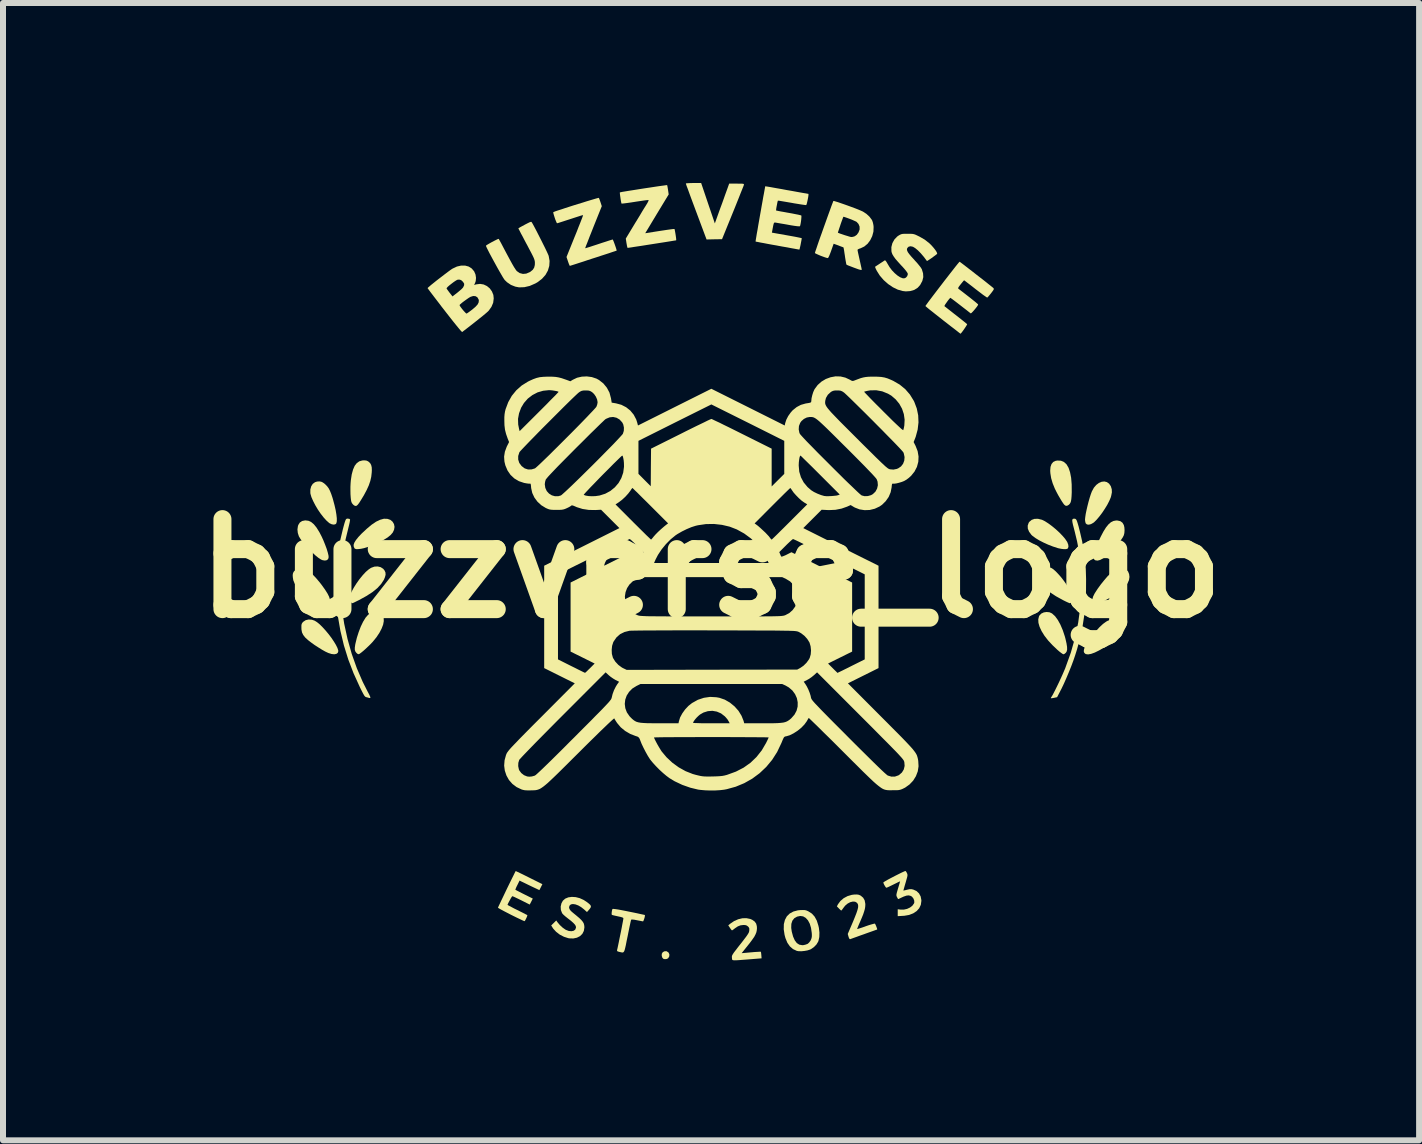
<source format=kicad_pcb>
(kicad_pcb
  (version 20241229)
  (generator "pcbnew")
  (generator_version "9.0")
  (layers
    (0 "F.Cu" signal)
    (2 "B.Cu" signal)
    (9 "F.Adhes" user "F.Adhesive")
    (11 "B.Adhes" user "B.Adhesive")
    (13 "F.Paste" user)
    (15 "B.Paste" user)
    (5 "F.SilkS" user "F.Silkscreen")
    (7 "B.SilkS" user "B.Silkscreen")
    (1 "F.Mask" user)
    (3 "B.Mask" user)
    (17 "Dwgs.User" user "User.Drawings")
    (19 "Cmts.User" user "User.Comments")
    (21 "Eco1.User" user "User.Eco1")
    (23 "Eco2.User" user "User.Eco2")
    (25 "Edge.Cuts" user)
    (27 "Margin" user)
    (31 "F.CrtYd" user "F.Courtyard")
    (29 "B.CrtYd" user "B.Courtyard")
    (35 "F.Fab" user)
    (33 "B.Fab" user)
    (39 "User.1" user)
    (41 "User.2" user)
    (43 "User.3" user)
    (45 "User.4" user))
  (footprint "buzzverse_logo"
    (layer "F.Cu")
    (at 8.8 6.423)
    (property "Reference" "buzzverse_logo" (at 0 0 0) (layer "F.SilkS") (effects (font (size 1.5 1.5) (thickness 0.3))))
    (attr board_only exclude_from_pos_files exclude_from_bom)
    (fp_poly (pts (xy -0.737 6.382) (xy -0.708 6.402) (xy -0.695 6.431) (xy -0.696 6.464) (xy -0.714 6.495) (xy -0.716 6.497) (xy -0.74 6.509) (xy -0.77 6.512) (xy -0.797 6.505) (xy -0.797 6.505) (xy -0.813 6.485) (xy -0.822 6.455) (xy -0.821 6.425) (xy -0.821 6.423) (xy -0.805 6.396) (xy -0.778 6.381) (xy -0.746 6.379)) (stroke (width 0) (type solid)) (fill yes) (layer "F.SilkS"))
    (fp_poly (pts (xy 6.765 0.867) (xy 6.8 0.895) (xy 6.823 0.936) (xy 6.831 0.987) (xy 6.829 1.012) (xy 6.819 1.06) (xy 6.799 1.104) (xy 6.768 1.148) (xy 6.723 1.192) (xy 6.662 1.241) (xy 6.633 1.262) (xy 6.546 1.321) (xy 6.466 1.367) (xy 6.395 1.402) (xy 6.334 1.424) (xy 6.284 1.433) (xy 6.247 1.428) (xy 6.24 1.425) (xy 6.219 1.406) (xy 6.211 1.379) (xy 6.217 1.343) (xy 6.236 1.296) (xy 6.27 1.238) (xy 6.318 1.169) (xy 6.34 1.139) (xy 6.408 1.052) (xy 6.473 0.98) (xy 6.532 0.925) (xy 6.586 0.886) (xy 6.609 0.873) (xy 6.667 0.855) (xy 6.72 0.853)) (stroke (width 0) (type solid)) (fill yes) (layer "F.SilkS"))
    (fp_poly (pts (xy 6.88 0.003) (xy 6.919 0.02) (xy 6.949 0.05) (xy 6.967 0.094) (xy 6.973 0.142) (xy 6.965 0.195) (xy 6.941 0.248) (xy 6.901 0.302) (xy 6.843 0.357) (xy 6.766 0.415) (xy 6.671 0.475) (xy 6.669 0.477) (xy 6.589 0.522) (xy 6.522 0.554) (xy 6.467 0.574) (xy 6.423 0.582) (xy 6.388 0.577) (xy 6.368 0.567) (xy 6.355 0.546) (xy 6.355 0.512) (xy 6.367 0.469) (xy 6.391 0.42) (xy 6.399 0.407) (xy 6.443 0.339) (xy 6.497 0.265) (xy 6.555 0.193) (xy 6.61 0.129) (xy 6.613 0.126) (xy 6.67 0.074) (xy 6.727 0.035) (xy 6.782 0.011) (xy 6.834 0.00005)) (stroke (width 0) (type solid)) (fill yes) (layer "F.SilkS"))
    (fp_poly (pts (xy 5.641 0.731) (xy 5.684 0.751) (xy 5.684 0.752) (xy 5.733 0.796) (xy 5.779 0.859) (xy 5.822 0.937) (xy 5.862 1.031) (xy 5.897 1.137) (xy 5.907 1.175) (xy 5.924 1.25) (xy 5.933 1.308) (xy 5.934 1.352) (xy 5.926 1.385) (xy 5.912 1.406) (xy 5.892 1.423) (xy 5.873 1.431) (xy 5.872 1.431) (xy 5.858 1.424) (xy 5.833 1.407) (xy 5.801 1.382) (xy 5.771 1.356) (xy 5.688 1.277) (xy 5.615 1.198) (xy 5.555 1.12) (xy 5.508 1.044) (xy 5.475 0.973) (xy 5.456 0.907) (xy 5.453 0.849) (xy 5.465 0.799) (xy 5.472 0.785) (xy 5.503 0.753) (xy 5.545 0.733) (xy 5.592 0.726)) (stroke (width 0) (type solid)) (fill yes) (layer "F.SilkS"))
    (fp_poly (pts (xy 6.775 -0.798) (xy 6.822 -0.787) (xy 6.856 -0.762) (xy 6.879 -0.723) (xy 6.888 -0.685) (xy 6.891 -0.638) (xy 6.888 -0.59) (xy 6.879 -0.553) (xy 6.861 -0.517) (xy 6.83 -0.471) (xy 6.79 -0.419) (xy 6.743 -0.364) (xy 6.692 -0.308) (xy 6.64 -0.256) (xy 6.589 -0.211) (xy 6.544 -0.174) (xy 6.533 -0.167) (xy 6.484 -0.141) (xy 6.441 -0.13) (xy 6.405 -0.135) (xy 6.387 -0.147) (xy 6.375 -0.173) (xy 6.376 -0.214) (xy 6.388 -0.27) (xy 6.411 -0.342) (xy 6.447 -0.428) (xy 6.492 -0.525) (xy 6.538 -0.613) (xy 6.581 -0.682) (xy 6.623 -0.734) (xy 6.664 -0.77) (xy 6.707 -0.791) (xy 6.752 -0.799)) (stroke (width 0) (type solid)) (fill yes) (layer "F.SilkS"))
    (fp_poly (pts (xy -6.764 0.01) (xy -6.743 0.02) (xy -6.697 0.05) (xy -6.645 0.096) (xy -6.587 0.156) (xy -6.525 0.229) (xy -6.49 0.274) (xy -6.434 0.352) (xy -6.393 0.417) (xy -6.366 0.47) (xy -6.353 0.512) (xy -6.354 0.542) (xy -6.368 0.563) (xy -6.378 0.569) (xy -6.424 0.579) (xy -6.477 0.571) (xy -6.493 0.566) (xy -6.555 0.539) (xy -6.622 0.504) (xy -6.691 0.463) (xy -6.758 0.418) (xy -6.82 0.372) (xy -6.873 0.327) (xy -6.915 0.286) (xy -6.939 0.253) (xy -6.962 0.197) (xy -6.97 0.147) (xy -6.972 0.11) (xy -6.968 0.084) (xy -6.959 0.062) (xy -6.951 0.05) (xy -6.916 0.016) (xy -6.872 -0.002) (xy -6.82 -0.004)) (stroke (width 0) (type solid)) (fill yes) (layer "F.SilkS"))
    (fp_poly (pts (xy -6.709 -0.794) (xy -6.664 -0.773) (xy -6.62 -0.736) (xy -6.576 -0.682) (xy -6.531 -0.61) (xy -6.523 -0.596) (xy -6.49 -0.532) (xy -6.459 -0.464) (xy -6.431 -0.394) (xy -6.406 -0.327) (xy -6.388 -0.267) (xy -6.376 -0.218) (xy -6.373 -0.187) (xy -6.381 -0.157) (xy -6.402 -0.138) (xy -6.435 -0.131) (xy -6.473 -0.137) (xy -6.5 -0.148) (xy -6.543 -0.176) (xy -6.594 -0.217) (xy -6.649 -0.268) (xy -6.705 -0.324) (xy -6.759 -0.383) (xy -6.806 -0.441) (xy -6.844 -0.493) (xy -6.869 -0.535) (xy -6.887 -0.591) (xy -6.893 -0.65) (xy -6.885 -0.705) (xy -6.879 -0.724) (xy -6.853 -0.765) (xy -6.816 -0.79) (xy -6.766 -0.8) (xy -6.758 -0.8)) (stroke (width 0) (type solid)) (fill yes) (layer "F.SilkS"))
    (fp_poly (pts (xy -5.506 -0.021) (xy -5.464 0.006) (xy -5.442 0.033) (xy -5.426 0.068) (xy -5.424 0.106) (xy -5.436 0.15) (xy -5.453 0.19) (xy -5.498 0.259) (xy -5.56 0.327) (xy -5.642 0.394) (xy -5.744 0.46) (xy -5.864 0.526) (xy -5.87 0.529) (xy -5.911 0.549) (xy -5.945 0.566) (xy -5.969 0.577) (xy -5.978 0.58) (xy -5.988 0.574) (xy -6.005 0.558) (xy -6.008 0.556) (xy -6.025 0.533) (xy -6.031 0.506) (xy -6.026 0.472) (xy -6.009 0.427) (xy -5.997 0.401) (xy -5.957 0.326) (xy -5.91 0.251) (xy -5.859 0.179) (xy -5.806 0.114) (xy -5.754 0.058) (xy -5.704 0.015) (xy -5.666 -0.01) (xy -5.61 -0.03) (xy -5.556 -0.033)) (stroke (width 0) (type solid)) (fill yes) (layer "F.SilkS"))
    (fp_poly (pts (xy -5.392 -0.826) (xy -5.344 -0.809) (xy -5.308 -0.779) (xy -5.284 -0.739) (xy -5.275 -0.692) (xy -5.283 -0.644) (xy -5.304 -0.599) (xy -5.339 -0.558) (xy -5.389 -0.517) (xy -5.455 -0.476) (xy -5.517 -0.445) (xy -5.572 -0.419) (xy -5.629 -0.394) (xy -5.682 -0.372) (xy -5.723 -0.356) (xy -5.727 -0.355) (xy -5.783 -0.338) (xy -5.835 -0.327) (xy -5.881 -0.322) (xy -5.916 -0.322) (xy -5.937 -0.33) (xy -5.939 -0.331) (xy -5.954 -0.36) (xy -5.957 -0.392) (xy -5.945 -0.429) (xy -5.918 -0.473) (xy -5.876 -0.525) (xy -5.823 -0.581) (xy -5.735 -0.663) (xy -5.656 -0.729) (xy -5.584 -0.778) (xy -5.517 -0.81) (xy -5.457 -0.827) (xy -5.447 -0.828)) (stroke (width 0) (type solid)) (fill yes) (layer "F.SilkS"))
    (fp_poly (pts (xy 5.831 -1.795) (xy 5.881 -1.774) (xy 5.924 -1.735) (xy 5.958 -1.677) (xy 5.983 -1.602) (xy 6.001 -1.51) (xy 6.01 -1.4) (xy 6.011 -1.272) (xy 6.011 -1.268) (xy 6.008 -1.203) (xy 6.004 -1.155) (xy 5.998 -1.12) (xy 5.989 -1.094) (xy 5.976 -1.074) (xy 5.959 -1.058) (xy 5.931 -1.043) (xy 5.906 -1.046) (xy 5.885 -1.063) (xy 5.867 -1.087) (xy 5.842 -1.125) (xy 5.814 -1.172) (xy 5.784 -1.223) (xy 5.756 -1.276) (xy 5.732 -1.324) (xy 5.727 -1.335) (xy 5.693 -1.419) (xy 5.668 -1.504) (xy 5.655 -1.584) (xy 5.652 -1.628) (xy 5.657 -1.692) (xy 5.674 -1.74) (xy 5.702 -1.774) (xy 5.742 -1.793) (xy 5.773 -1.798)) (stroke (width 0) (type solid)) (fill yes) (layer "F.SilkS"))
    (fp_poly (pts (xy -6.485 -1.441) (xy -6.45 -1.419) (xy -6.426 -1.398) (xy -6.397 -1.368) (xy -6.372 -1.334) (xy -6.351 -1.293) (xy -6.33 -1.241) (xy -6.308 -1.175) (xy -6.299 -1.144) (xy -6.275 -1.054) (xy -6.256 -0.971) (xy -6.244 -0.898) (xy -6.237 -0.836) (xy -6.237 -0.787) (xy -6.244 -0.754) (xy -6.255 -0.739) (xy -6.285 -0.73) (xy -6.322 -0.736) (xy -6.36 -0.754) (xy -6.365 -0.758) (xy -6.41 -0.798) (xy -6.458 -0.851) (xy -6.507 -0.914) (xy -6.554 -0.983) (xy -6.596 -1.054) (xy -6.632 -1.124) (xy -6.66 -1.188) (xy -6.676 -1.243) (xy -6.678 -1.257) (xy -6.678 -1.316) (xy -6.664 -1.368) (xy -6.638 -1.409) (xy -6.6 -1.437) (xy -6.564 -1.448) (xy -6.521 -1.45)) (stroke (width 0) (type solid)) (fill yes) (layer "F.SilkS"))
    (fp_poly (pts (xy -5.543 0.733) (xy -5.5 0.753) (xy -5.472 0.785) (xy -5.456 0.827) (xy -5.454 0.878) (xy -5.465 0.937) (xy -5.49 1.002) (xy -5.527 1.073) (xy -5.577 1.148) (xy -5.639 1.224) (xy -5.672 1.259) (xy -5.711 1.297) (xy -5.751 1.335) (xy -5.79 1.37) (xy -5.825 1.399) (xy -5.853 1.42) (xy -5.871 1.43) (xy -5.873 1.43) (xy -5.891 1.424) (xy -5.91 1.408) (xy -5.928 1.384) (xy -5.937 1.356) (xy -5.937 1.319) (xy -5.93 1.27) (xy -5.927 1.255) (xy -5.903 1.156) (xy -5.872 1.059) (xy -5.837 0.968) (xy -5.799 0.889) (xy -5.76 0.825) (xy -5.757 0.82) (xy -5.715 0.772) (xy -5.671 0.742) (xy -5.622 0.728) (xy -5.599 0.727)) (stroke (width 0) (type solid)) (fill yes) (layer "F.SilkS"))
    (fp_poly (pts (xy 5.514 -0.811) (xy 5.517 -0.81) (xy 5.565 -0.786) (xy 5.621 -0.75) (xy 5.682 -0.705) (xy 5.744 -0.654) (xy 5.803 -0.6) (xy 5.856 -0.545) (xy 5.9 -0.494) (xy 5.931 -0.448) (xy 5.936 -0.44) (xy 5.953 -0.395) (xy 5.956 -0.359) (xy 5.945 -0.333) (xy 5.938 -0.328) (xy 5.917 -0.322) (xy 5.882 -0.321) (xy 5.839 -0.326) (xy 5.793 -0.335) (xy 5.777 -0.339) (xy 5.698 -0.365) (xy 5.618 -0.396) (xy 5.541 -0.431) (xy 5.469 -0.468) (xy 5.408 -0.505) (xy 5.36 -0.54) (xy 5.339 -0.559) (xy 5.3 -0.612) (xy 5.279 -0.663) (xy 5.277 -0.713) (xy 5.293 -0.76) (xy 5.304 -0.776) (xy 5.343 -0.809) (xy 5.391 -0.826) (xy 5.449 -0.827)) (stroke (width 0) (type solid)) (fill yes) (layer "F.SilkS"))
    (fp_poly (pts (xy 5.621 -0.025) (xy 5.669 -0.009) (xy 5.702 0.012) (xy 5.743 0.048) (xy 5.787 0.094) (xy 5.833 0.146) (xy 5.877 0.203) (xy 5.908 0.246) (xy 5.942 0.301) (xy 5.973 0.356) (xy 6 0.407) (xy 6.019 0.451) (xy 6.03 0.485) (xy 6.032 0.498) (xy 6.026 0.531) (xy 6.011 0.559) (xy 5.991 0.577) (xy 5.977 0.58) (xy 5.965 0.575) (xy 5.939 0.564) (xy 5.903 0.547) (xy 5.867 0.529) (xy 5.749 0.464) (xy 5.648 0.398) (xy 5.565 0.33) (xy 5.501 0.263) (xy 5.456 0.195) (xy 5.454 0.19) (xy 5.432 0.138) (xy 5.423 0.096) (xy 5.429 0.06) (xy 5.441 0.034) (xy 5.472 0.001) (xy 5.516 -0.02) (xy 5.567 -0.03)) (stroke (width 0) (type solid)) (fill yes) (layer "F.SilkS"))
    (fp_poly (pts (xy -5.746 -1.798) (xy -5.718 -1.786) (xy -5.704 -1.776) (xy -5.679 -1.751) (xy -5.664 -1.722) (xy -5.655 -1.686) (xy -5.653 -1.638) (xy -5.655 -1.598) (xy -5.663 -1.527) (xy -5.679 -1.457) (xy -5.704 -1.384) (xy -5.74 -1.305) (xy -5.787 -1.217) (xy -5.835 -1.138) (xy -5.865 -1.091) (xy -5.889 -1.06) (xy -5.908 -1.044) (xy -5.926 -1.041) (xy -5.945 -1.048) (xy -5.959 -1.058) (xy -5.979 -1.08) (xy -5.993 -1.105) (xy -6 -1.135) (xy -6.005 -1.179) (xy -6.009 -1.235) (xy -6.01 -1.297) (xy -6.01 -1.361) (xy -6.007 -1.422) (xy -6.003 -1.47) (xy -5.988 -1.568) (xy -5.966 -1.648) (xy -5.939 -1.71) (xy -5.904 -1.755) (xy -5.862 -1.785) (xy -5.812 -1.799) (xy -5.784 -1.801)) (stroke (width 0) (type solid)) (fill yes) (layer "F.SilkS"))
    (fp_poly (pts (xy 6.596 -1.439) (xy 6.633 -1.413) (xy 6.662 -1.371) (xy 6.663 -1.368) (xy 6.678 -1.319) (xy 6.68 -1.267) (xy 6.668 -1.207) (xy 6.66 -1.18) (xy 6.636 -1.124) (xy 6.603 -1.06) (xy 6.562 -0.993) (xy 6.518 -0.927) (xy 6.471 -0.865) (xy 6.426 -0.812) (xy 6.385 -0.771) (xy 6.369 -0.759) (xy 6.331 -0.738) (xy 6.295 -0.729) (xy 6.265 -0.733) (xy 6.245 -0.75) (xy 6.242 -0.756) (xy 6.235 -0.785) (xy 6.232 -0.815) (xy 6.236 -0.854) (xy 6.244 -0.908) (xy 6.257 -0.971) (xy 6.273 -1.04) (xy 6.291 -1.111) (xy 6.31 -1.178) (xy 6.329 -1.237) (xy 6.347 -1.285) (xy 6.348 -1.286) (xy 6.38 -1.345) (xy 6.419 -1.391) (xy 6.463 -1.424) (xy 6.509 -1.444) (xy 6.554 -1.449)) (stroke (width 0) (type solid)) (fill yes) (layer "F.SilkS"))
    (fp_poly (pts (xy -6.652 0.855) (xy -6.606 0.871) (xy -6.566 0.896) (xy -6.521 0.933) (xy -6.473 0.981) (xy -6.423 1.036) (xy -6.373 1.096) (xy -6.327 1.157) (xy -6.286 1.218) (xy -6.252 1.274) (xy -6.227 1.324) (xy -6.214 1.364) (xy -6.212 1.379) (xy -6.221 1.407) (xy -6.244 1.424) (xy -6.279 1.431) (xy -6.325 1.426) (xy -6.379 1.409) (xy -6.383 1.407) (xy -6.428 1.386) (xy -6.483 1.355) (xy -6.544 1.317) (xy -6.606 1.277) (xy -6.663 1.236) (xy -6.711 1.199) (xy -6.714 1.197) (xy -6.763 1.152) (xy -6.796 1.11) (xy -6.817 1.067) (xy -6.826 1.019) (xy -6.827 0.988) (xy -6.827 0.951) (xy -6.823 0.927) (xy -6.814 0.909) (xy -6.798 0.891) (xy -6.796 0.889) (xy -6.755 0.862) (xy -6.706 0.851)) (stroke (width 0) (type solid)) (fill yes) (layer "F.SilkS"))
    (fp_poly (pts (xy -0.165 -6.423) (xy -0.051 -6.086) (xy 0.063 -5.75) (xy 0.156 -6.009) (xy 0.183 -6.081) (xy 0.208 -6.151) (xy 0.231 -6.216) (xy 0.251 -6.271) (xy 0.267 -6.315) (xy 0.276 -6.34) (xy 0.302 -6.413) (xy 0.427 -6.413) (xy 0.479 -6.412) (xy 0.514 -6.412) (xy 0.535 -6.41) (xy 0.545 -6.406) (xy 0.548 -6.4) (xy 0.547 -6.391) (xy 0.546 -6.39) (xy 0.542 -6.376) (xy 0.53 -6.346) (xy 0.512 -6.301) (xy 0.489 -6.244) (xy 0.462 -6.175) (xy 0.431 -6.098) (xy 0.397 -6.013) (xy 0.362 -5.927) (xy 0.183 -5.487) (xy 0.054 -5.485) (xy -0.075 -5.482) (xy -0.248 -5.945) (xy -0.282 -6.036) (xy -0.314 -6.122) (xy -0.343 -6.2) (xy -0.368 -6.269) (xy -0.389 -6.327) (xy -0.406 -6.371) (xy -0.416 -6.401) (xy -0.42 -6.415) (xy -0.421 -6.415) (xy -0.411 -6.418) (xy -0.385 -6.42) (xy -0.347 -6.422) (xy -0.3 -6.423) (xy -0.293 -6.423)) (stroke (width 0) (type solid)) (fill yes) (layer "F.SilkS"))
    (fp_poly (pts (xy 6.061 -0.828) (xy 6.072 -0.826) (xy 6.081 -0.819) (xy 6.091 -0.805) (xy 6.1 -0.782) (xy 6.111 -0.748) (xy 6.125 -0.7) (xy 6.141 -0.636) (xy 6.148 -0.61) (xy 6.184 -0.454) (xy 6.212 -0.301) (xy 6.232 -0.148) (xy 6.245 0.009) (xy 6.25 0.177) (xy 6.249 0.358) (xy 6.249 0.363) (xy 6.24 0.573) (xy 6.221 0.771) (xy 6.192 0.962) (xy 6.152 1.153) (xy 6.099 1.349) (xy 6.067 1.451) (xy 6.039 1.533) (xy 6.004 1.627) (xy 5.964 1.726) (xy 5.922 1.826) (xy 5.881 1.919) (xy 5.842 2.001) (xy 5.829 2.026) (xy 5.767 2.146) (xy 5.715 2.157) (xy 5.686 2.162) (xy 5.667 2.164) (xy 5.662 2.162) (xy 5.667 2.15) (xy 5.677 2.135) (xy 5.692 2.11) (xy 5.713 2.07) (xy 5.739 2.019) (xy 5.768 1.96) (xy 5.799 1.896) (xy 5.829 1.831) (xy 5.858 1.767) (xy 5.883 1.709) (xy 5.904 1.66) (xy 5.905 1.656) (xy 5.996 1.403) (xy 6.067 1.152) (xy 6.119 0.901) (xy 6.153 0.647) (xy 6.169 0.388) (xy 6.17 0.185) (xy 6.162 0.013) (xy 6.149 -0.146) (xy 6.129 -0.299) (xy 6.1 -0.451) (xy 6.062 -0.609) (xy 6.047 -0.668) (xy 6.031 -0.729) (xy 6.022 -0.772) (xy 6.019 -0.802) (xy 6.024 -0.82) (xy 6.036 -0.828) (xy 6.056 -0.829)) (stroke (width 0) (type solid)) (fill yes) (layer "F.SilkS"))
    (fp_poly (pts (xy 1.562 5.694) (xy 1.588 5.7) (xy 1.616 5.712) (xy 1.625 5.717) (xy 1.681 5.753) (xy 1.726 5.803) (xy 1.762 5.869) (xy 1.788 5.951) (xy 1.797 5.99) (xy 1.806 6.068) (xy 1.804 6.143) (xy 1.79 6.207) (xy 1.784 6.222) (xy 1.756 6.268) (xy 1.714 6.311) (xy 1.663 6.346) (xy 1.647 6.353) (xy 1.606 6.366) (xy 1.556 6.375) (xy 1.505 6.38) (xy 1.459 6.379) (xy 1.43 6.374) (xy 1.366 6.344) (xy 1.314 6.299) (xy 1.272 6.239) (xy 1.24 6.162) (xy 1.225 6.106) (xy 1.211 6.012) (xy 1.212 5.991) (xy 1.336 5.991) (xy 1.345 6.053) (xy 1.367 6.135) (xy 1.395 6.198) (xy 1.429 6.243) (xy 1.47 6.27) (xy 1.519 6.279) (xy 1.539 6.278) (xy 1.574 6.27) (xy 1.606 6.258) (xy 1.612 6.255) (xy 1.634 6.235) (xy 1.656 6.206) (xy 1.662 6.194) (xy 1.673 6.167) (xy 1.679 6.141) (xy 1.68 6.108) (xy 1.678 6.074) (xy 1.666 5.991) (xy 1.645 5.921) (xy 1.615 5.865) (xy 1.578 5.824) (xy 1.535 5.799) (xy 1.486 5.792) (xy 1.434 5.803) (xy 1.387 5.83) (xy 1.355 5.871) (xy 1.338 5.924) (xy 1.336 5.991) (xy 1.212 5.991) (xy 1.213 5.929) (xy 1.231 5.858) (xy 1.263 5.798) (xy 1.311 5.751) (xy 1.372 5.718) (xy 1.447 5.698) (xy 1.488 5.694) (xy 1.531 5.693)) (stroke (width 0) (type solid)) (fill yes) (layer "F.SilkS"))
    (fp_poly (pts (xy -6.028 -0.826) (xy -6.016 -0.816) (xy -6.017 -0.801) (xy -6.022 -0.771) (xy -6.031 -0.73) (xy -6.043 -0.681) (xy -6.046 -0.668) (xy -6.1 -0.446) (xy -6.14 -0.226) (xy -6.149 -0.163) (xy -6.155 -0.106) (xy -6.16 -0.033) (xy -6.163 0.052) (xy -6.166 0.145) (xy -6.167 0.242) (xy -6.167 0.339) (xy -6.166 0.433) (xy -6.164 0.519) (xy -6.16 0.593) (xy -6.155 0.652) (xy -6.154 0.66) (xy -6.114 0.921) (xy -6.058 1.177) (xy -5.988 1.425) (xy -5.903 1.664) (xy -5.805 1.891) (xy -5.723 2.053) (xy -5.698 2.1) (xy -5.683 2.132) (xy -5.677 2.152) (xy -5.681 2.16) (xy -5.694 2.16) (xy -5.707 2.156) (xy -5.724 2.151) (xy -5.745 2.146) (xy -5.756 2.142) (xy -5.767 2.134) (xy -5.78 2.118) (xy -5.795 2.092) (xy -5.815 2.054) (xy -5.841 2.002) (xy -5.853 1.978) (xy -5.958 1.747) (xy -6.046 1.517) (xy -6.119 1.282) (xy -6.177 1.04) (xy -6.221 0.787) (xy -6.229 0.73) (xy -6.236 0.667) (xy -6.241 0.589) (xy -6.245 0.499) (xy -6.247 0.4) (xy -6.249 0.298) (xy -6.248 0.194) (xy -6.247 0.094) (xy -6.244 0.000218) (xy -6.239 -0.083) (xy -6.234 -0.152) (xy -6.229 -0.185) (xy -6.204 -0.341) (xy -6.176 -0.486) (xy -6.142 -0.628) (xy -6.138 -0.646) (xy -6.121 -0.71) (xy -6.108 -0.757) (xy -6.097 -0.79) (xy -6.089 -0.811) (xy -6.08 -0.823) (xy -6.07 -0.829) (xy -6.059 -0.83) (xy -6.052 -0.83)) (stroke (width 0) (type solid)) (fill yes) (layer "F.SilkS"))
    (fp_poly (pts (xy -2.255 5.478) (xy -2.189 5.495) (xy -2.123 5.525) (xy -2.074 5.557) (xy -2.035 5.587) (xy -2.011 5.61) (xy -2.002 5.629) (xy -2.005 5.648) (xy -2.019 5.67) (xy -2.03 5.683) (xy -2.068 5.727) (xy -2.115 5.684) (xy -2.163 5.646) (xy -2.212 5.617) (xy -2.26 5.599) (xy -2.302 5.593) (xy -2.335 5.599) (xy -2.357 5.617) (xy -2.367 5.646) (xy -2.36 5.676) (xy -2.336 5.709) (xy -2.3 5.74) (xy -2.239 5.79) (xy -2.193 5.829) (xy -2.159 5.863) (xy -2.136 5.891) (xy -2.121 5.918) (xy -2.114 5.946) (xy -2.111 5.976) (xy -2.111 5.984) (xy -2.12 6.041) (xy -2.145 6.09) (xy -2.184 6.128) (xy -2.235 6.154) (xy -2.295 6.167) (xy -2.362 6.165) (xy -2.379 6.162) (xy -2.451 6.139) (xy -2.521 6.103) (xy -2.583 6.055) (xy -2.632 6.001) (xy -2.642 5.985) (xy -2.664 5.95) (xy -2.622 5.909) (xy -2.58 5.867) (xy -2.559 5.897) (xy -2.52 5.943) (xy -2.474 5.986) (xy -2.429 6.018) (xy -2.418 6.024) (xy -2.371 6.042) (xy -2.327 6.046) (xy -2.291 6.039) (xy -2.264 6.02) (xy -2.252 5.99) (xy -2.251 5.98) (xy -2.255 5.959) (xy -2.269 5.936) (xy -2.294 5.909) (xy -2.332 5.875) (xy -2.386 5.833) (xy -2.397 5.824) (xy -2.431 5.797) (xy -2.461 5.77) (xy -2.48 5.749) (xy -2.483 5.744) (xy -2.503 5.692) (xy -2.506 5.635) (xy -2.493 5.58) (xy -2.469 5.537) (xy -2.43 5.503) (xy -2.379 5.482) (xy -2.32 5.474)) (stroke (width 0) (type solid)) (fill yes) (layer "F.SilkS"))
    (fp_poly (pts (xy -1.6 5.677) (xy -1.551 5.684) (xy -1.486 5.696) (xy -1.405 5.712) (xy -1.371 5.719) (xy -1.301 5.733) (xy -1.238 5.746) (xy -1.184 5.758) (xy -1.142 5.767) (xy -1.114 5.773) (xy -1.103 5.776) (xy -1.103 5.776) (xy -1.102 5.788) (xy -1.106 5.812) (xy -1.114 5.839) (xy -1.123 5.864) (xy -1.131 5.88) (xy -1.134 5.882) (xy -1.148 5.88) (xy -1.177 5.874) (xy -1.216 5.867) (xy -1.235 5.863) (xy -1.282 5.854) (xy -1.315 5.851) (xy -1.331 5.853) (xy -1.331 5.854) (xy -1.335 5.866) (xy -1.342 5.895) (xy -1.351 5.938) (xy -1.363 5.993) (xy -1.376 6.058) (xy -1.39 6.128) (xy -1.391 6.133) (xy -1.408 6.214) (xy -1.42 6.277) (xy -1.431 6.325) (xy -1.44 6.36) (xy -1.449 6.382) (xy -1.459 6.395) (xy -1.471 6.401) (xy -1.486 6.4) (xy -1.505 6.396) (xy -1.528 6.391) (xy -1.555 6.383) (xy -1.566 6.375) (xy -1.566 6.361) (xy -1.566 6.359) (xy -1.559 6.33) (xy -1.55 6.288) (xy -1.539 6.235) (xy -1.527 6.175) (xy -1.514 6.112) (xy -1.501 6.049) (xy -1.489 5.988) (xy -1.479 5.933) (xy -1.47 5.887) (xy -1.464 5.854) (xy -1.461 5.836) (xy -1.461 5.834) (xy -1.464 5.825) (xy -1.477 5.817) (xy -1.503 5.809) (xy -1.544 5.8) (xy -1.553 5.798) (xy -1.594 5.789) (xy -1.628 5.781) (xy -1.649 5.775) (xy -1.654 5.772) (xy -1.657 5.759) (xy -1.656 5.735) (xy -1.652 5.706) (xy -1.646 5.683) (xy -1.642 5.675) (xy -1.63 5.674)) (stroke (width 0) (type solid)) (fill yes) (layer "F.SilkS"))
    (fp_poly (pts (xy 0.654 5.842) (xy 0.686 5.856) (xy 0.727 5.885) (xy 0.752 5.92) (xy 0.763 5.963) (xy 0.765 5.996) (xy 0.762 6.031) (xy 0.755 6.064) (xy 0.741 6.099) (xy 0.72 6.139) (xy 0.688 6.185) (xy 0.646 6.242) (xy 0.61 6.287) (xy 0.51 6.412) (xy 0.568 6.407) (xy 0.656 6.399) (xy 0.725 6.393) (xy 0.776 6.39) (xy 0.809 6.388) (xy 0.827 6.388) (xy 0.83 6.389) (xy 0.833 6.4) (xy 0.836 6.425) (xy 0.838 6.446) (xy 0.842 6.498) (xy 0.619 6.516) (xy 0.539 6.522) (xy 0.477 6.527) (xy 0.43 6.53) (xy 0.396 6.531) (xy 0.374 6.53) (xy 0.36 6.527) (xy 0.353 6.521) (xy 0.35 6.513) (xy 0.349 6.502) (xy 0.348 6.49) (xy 0.347 6.475) (xy 0.348 6.461) (xy 0.353 6.446) (xy 0.364 6.427) (xy 0.381 6.401) (xy 0.408 6.366) (xy 0.444 6.319) (xy 0.465 6.292) (xy 0.515 6.229) (xy 0.553 6.179) (xy 0.583 6.14) (xy 0.604 6.11) (xy 0.618 6.088) (xy 0.628 6.07) (xy 0.633 6.056) (xy 0.636 6.041) (xy 0.637 6.033) (xy 0.638 6.003) (xy 0.629 5.982) (xy 0.617 5.968) (xy 0.596 5.952) (xy 0.571 5.944) (xy 0.54 5.942) (xy 0.491 5.948) (xy 0.445 5.966) (xy 0.396 5.999) (xy 0.39 6.004) (xy 0.368 6.021) (xy 0.352 6.031) (xy 0.349 6.032) (xy 0.34 6.025) (xy 0.325 6.005) (xy 0.315 5.99) (xy 0.287 5.948) (xy 0.321 5.92) (xy 0.384 5.877) (xy 0.452 5.847) (xy 0.523 5.83) (xy 0.591 5.829)) (stroke (width 0) (type solid)) (fill yes) (layer "F.SilkS"))
    (fp_poly (pts (xy 2.455 5.437) (xy 2.479 5.446) (xy 2.495 5.454) (xy 2.535 5.488) (xy 2.56 5.532) (xy 2.571 5.59) (xy 2.571 5.605) (xy 2.569 5.639) (xy 2.563 5.676) (xy 2.551 5.718) (xy 2.534 5.769) (xy 2.508 5.832) (xy 2.482 5.893) (xy 2.463 5.936) (xy 2.448 5.973) (xy 2.438 5.998) (xy 2.435 6.01) (xy 2.435 6.01) (xy 2.445 6.008) (xy 2.47 6) (xy 2.508 5.988) (xy 2.555 5.972) (xy 2.581 5.962) (xy 2.631 5.945) (xy 2.675 5.932) (xy 2.708 5.923) (xy 2.728 5.919) (xy 2.731 5.92) (xy 2.739 5.933) (xy 2.749 5.955) (xy 2.759 5.981) (xy 2.767 6.004) (xy 2.769 6.016) (xy 2.769 6.017) (xy 2.759 6.021) (xy 2.733 6.03) (xy 2.694 6.044) (xy 2.643 6.062) (xy 2.584 6.083) (xy 2.546 6.097) (xy 2.483 6.119) (xy 2.426 6.14) (xy 2.378 6.157) (xy 2.342 6.17) (xy 2.32 6.178) (xy 2.315 6.179) (xy 2.306 6.173) (xy 2.296 6.153) (xy 2.291 6.138) (xy 2.278 6.092) (xy 2.365 5.889) (xy 2.398 5.808) (xy 2.423 5.744) (xy 2.44 5.693) (xy 2.45 5.653) (xy 2.452 5.623) (xy 2.448 5.599) (xy 2.438 5.581) (xy 2.431 5.572) (xy 2.4 5.554) (xy 2.361 5.552) (xy 2.318 5.563) (xy 2.275 5.586) (xy 2.234 5.621) (xy 2.206 5.657) (xy 2.188 5.682) (xy 2.175 5.698) (xy 2.17 5.702) (xy 2.161 5.696) (xy 2.143 5.679) (xy 2.131 5.667) (xy 2.097 5.632) (xy 2.116 5.596) (xy 2.156 5.542) (xy 2.21 5.496) (xy 2.275 5.461) (xy 2.346 5.44) (xy 2.386 5.435) (xy 2.427 5.434)) (stroke (width 0) (type solid)) (fill yes) (layer "F.SilkS"))
    (fp_poly (pts (xy -3.247 5.047) (xy -3.222 5.059) (xy -3.184 5.077) (xy -3.136 5.1) (xy -3.08 5.128) (xy -3.032 5.152) (xy -2.811 5.262) (xy -2.836 5.312) (xy -2.861 5.361) (xy -2.984 5.303) (xy -3.034 5.279) (xy -3.081 5.256) (xy -3.12 5.237) (xy -3.147 5.224) (xy -3.15 5.223) (xy -3.191 5.202) (xy -3.228 5.277) (xy -3.245 5.311) (xy -3.256 5.338) (xy -3.261 5.354) (xy -3.261 5.356) (xy -3.251 5.361) (xy -3.226 5.374) (xy -3.189 5.393) (xy -3.144 5.416) (xy -3.114 5.431) (xy -2.971 5.502) (xy -2.996 5.552) (xy -3.022 5.602) (xy -3.161 5.532) (xy -3.21 5.508) (xy -3.252 5.488) (xy -3.286 5.472) (xy -3.306 5.464) (xy -3.311 5.462) (xy -3.319 5.47) (xy -3.333 5.491) (xy -3.349 5.52) (xy -3.366 5.551) (xy -3.381 5.58) (xy -3.39 5.6) (xy -3.391 5.607) (xy -3.383 5.613) (xy -3.359 5.626) (xy -3.323 5.645) (xy -3.278 5.669) (xy -3.229 5.693) (xy -3.177 5.719) (xy -3.131 5.742) (xy -3.095 5.761) (xy -3.071 5.773) (xy -3.062 5.778) (xy -3.063 5.789) (xy -3.071 5.811) (xy -3.083 5.837) (xy -3.095 5.861) (xy -3.105 5.876) (xy -3.108 5.879) (xy -3.119 5.875) (xy -3.145 5.864) (xy -3.184 5.845) (xy -3.233 5.822) (xy -3.29 5.794) (xy -3.334 5.772) (xy -3.394 5.741) (xy -3.448 5.713) (xy -3.493 5.689) (xy -3.527 5.67) (xy -3.547 5.658) (xy -3.551 5.654) (xy -3.547 5.644) (xy -3.535 5.618) (xy -3.517 5.58) (xy -3.494 5.531) (xy -3.467 5.475) (xy -3.438 5.414) (xy -3.407 5.349) (xy -3.376 5.285) (xy -3.346 5.224) (xy -3.318 5.167) (xy -3.294 5.119) (xy -3.275 5.08) (xy -3.262 5.054) (xy -3.256 5.044)) (stroke (width 0) (type solid)) (fill yes) (layer "F.SilkS"))
    (fp_poly (pts (xy -0.732 -6.388) (xy -0.729 -6.377) (xy -0.724 -6.351) (xy -0.718 -6.315) (xy -0.717 -6.308) (xy -0.706 -6.233) (xy -0.902 -5.91) (xy -1.097 -5.586) (xy -0.857 -5.624) (xy -0.79 -5.634) (xy -0.73 -5.643) (xy -0.679 -5.65) (xy -0.64 -5.655) (xy -0.616 -5.657) (xy -0.61 -5.657) (xy -0.606 -5.646) (xy -0.601 -5.621) (xy -0.595 -5.587) (xy -0.589 -5.55) (xy -0.584 -5.514) (xy -0.581 -5.486) (xy -0.581 -5.47) (xy -0.582 -5.468) (xy -0.592 -5.466) (xy -0.619 -5.462) (xy -0.661 -5.455) (xy -0.716 -5.446) (xy -0.779 -5.436) (xy -0.85 -5.425) (xy -0.926 -5.413) (xy -1.003 -5.401) (xy -1.08 -5.389) (xy -1.154 -5.377) (xy -1.222 -5.367) (xy -1.282 -5.358) (xy -1.331 -5.35) (xy -1.368 -5.345) (xy -1.388 -5.342) (xy -1.391 -5.342) (xy -1.395 -5.351) (xy -1.401 -5.375) (xy -1.407 -5.41) (xy -1.409 -5.419) (xy -1.421 -5.497) (xy -1.264 -5.757) (xy -1.222 -5.825) (xy -1.182 -5.891) (xy -1.146 -5.952) (xy -1.114 -6.004) (xy -1.088 -6.045) (xy -1.071 -6.073) (xy -1.068 -6.077) (xy -1.049 -6.112) (xy -1.041 -6.133) (xy -1.043 -6.14) (xy -1.056 -6.139) (xy -1.086 -6.136) (xy -1.13 -6.13) (xy -1.184 -6.122) (xy -1.245 -6.113) (xy -1.27 -6.109) (xy -1.334 -6.099) (xy -1.39 -6.091) (xy -1.437 -6.085) (xy -1.471 -6.081) (xy -1.489 -6.08) (xy -1.492 -6.081) (xy -1.496 -6.093) (xy -1.501 -6.119) (xy -1.507 -6.153) (xy -1.512 -6.19) (xy -1.517 -6.225) (xy -1.52 -6.253) (xy -1.52 -6.266) (xy -1.519 -6.267) (xy -1.508 -6.269) (xy -1.481 -6.275) (xy -1.438 -6.282) (xy -1.384 -6.291) (xy -1.32 -6.301) (xy -1.25 -6.312) (xy -1.175 -6.324) (xy -1.098 -6.336) (xy -1.023 -6.347) (xy -0.951 -6.358) (xy -0.885 -6.368) (xy -0.828 -6.376) (xy -0.782 -6.382) (xy -0.749 -6.387) (xy -0.734 -6.388)) (stroke (width 0) (type solid)) (fill yes) (layer "F.SilkS"))
    (fp_poly (pts (xy 3.249 5.05) (xy 3.261 5.07) (xy 3.264 5.076) (xy 3.27 5.09) (xy 3.273 5.104) (xy 3.273 5.122) (xy 3.268 5.146) (xy 3.258 5.181) (xy 3.244 5.232) (xy 3.242 5.238) (xy 3.228 5.286) (xy 3.217 5.325) (xy 3.209 5.354) (xy 3.205 5.368) (xy 3.205 5.369) (xy 3.215 5.367) (xy 3.238 5.362) (xy 3.266 5.355) (xy 3.306 5.346) (xy 3.337 5.345) (xy 3.367 5.351) (xy 3.368 5.351) (xy 3.423 5.376) (xy 3.465 5.415) (xy 3.493 5.466) (xy 3.505 5.528) (xy 3.505 5.542) (xy 3.496 5.606) (xy 3.469 5.663) (xy 3.427 5.71) (xy 3.37 5.748) (xy 3.3 5.775) (xy 3.219 5.789) (xy 3.199 5.79) (xy 3.111 5.795) (xy 3.111 5.737) (xy 3.111 5.68) (xy 3.159 5.686) (xy 3.213 5.686) (xy 3.267 5.674) (xy 3.316 5.651) (xy 3.355 5.621) (xy 3.381 5.585) (xy 3.387 5.57) (xy 3.386 5.536) (xy 3.372 5.5) (xy 3.348 5.47) (xy 3.326 5.457) (xy 3.294 5.449) (xy 3.256 5.453) (xy 3.21 5.469) (xy 3.173 5.486) (xy 3.144 5.5) (xy 3.124 5.509) (xy 3.117 5.51) (xy 3.111 5.5) (xy 3.1 5.479) (xy 3.098 5.476) (xy 3.092 5.462) (xy 3.089 5.448) (xy 3.09 5.43) (xy 3.096 5.403) (xy 3.107 5.365) (xy 3.117 5.331) (xy 3.13 5.287) (xy 3.141 5.25) (xy 3.148 5.224) (xy 3.151 5.214) (xy 3.143 5.218) (xy 3.12 5.228) (xy 3.086 5.245) (xy 3.045 5.265) (xy 3.041 5.267) (xy 2.998 5.288) (xy 2.961 5.306) (xy 2.935 5.317) (xy 2.922 5.322) (xy 2.922 5.322) (xy 2.912 5.314) (xy 2.898 5.294) (xy 2.884 5.269) (xy 2.874 5.246) (xy 2.871 5.233) (xy 2.88 5.226) (xy 2.903 5.212) (xy 2.937 5.192) (xy 2.98 5.169) (xy 3.028 5.144) (xy 3.078 5.118) (xy 3.126 5.094) (xy 3.17 5.072) (xy 3.205 5.056) (xy 3.23 5.045) (xy 3.239 5.042)) (stroke (width 0) (type solid)) (fill yes) (layer "F.SilkS"))
    (fp_poly (pts (xy -2.994 -5.775) (xy -2.99 -5.771) (xy -2.974 -5.745) (xy -2.952 -5.705) (xy -2.925 -5.654) (xy -2.895 -5.596) (xy -2.863 -5.533) (xy -2.83 -5.468) (xy -2.798 -5.404) (xy -2.768 -5.344) (xy -2.743 -5.292) (xy -2.723 -5.249) (xy -2.71 -5.219) (xy -2.706 -5.208) (xy -2.691 -5.124) (xy -2.696 -5.042) (xy -2.719 -4.964) (xy -2.759 -4.892) (xy -2.817 -4.827) (xy -2.89 -4.771) (xy -2.928 -4.749) (xy -3.022 -4.708) (xy -3.112 -4.687) (xy -3.199 -4.684) (xy -3.262 -4.696) (xy -3.335 -4.725) (xy -3.401 -4.77) (xy -3.439 -4.807) (xy -3.451 -4.824) (xy -3.471 -4.855) (xy -3.496 -4.898) (xy -3.526 -4.95) (xy -3.559 -5.008) (xy -3.593 -5.07) (xy -3.627 -5.132) (xy -3.66 -5.193) (xy -3.69 -5.249) (xy -3.715 -5.298) (xy -3.735 -5.338) (xy -3.748 -5.366) (xy -3.751 -5.378) (xy -3.743 -5.386) (xy -3.721 -5.4) (xy -3.69 -5.418) (xy -3.654 -5.438) (xy -3.616 -5.458) (xy -3.582 -5.475) (xy -3.555 -5.488) (xy -3.54 -5.492) (xy -3.538 -5.492) (xy -3.533 -5.482) (xy -3.519 -5.457) (xy -3.498 -5.419) (xy -3.472 -5.369) (xy -3.442 -5.312) (xy -3.408 -5.248) (xy -3.402 -5.237) (xy -3.356 -5.151) (xy -3.316 -5.078) (xy -3.283 -5.021) (xy -3.257 -4.981) (xy -3.239 -4.957) (xy -3.237 -4.955) (xy -3.189 -4.922) (xy -3.135 -4.908) (xy -3.08 -4.913) (xy -3.023 -4.937) (xy -3.011 -4.944) (xy -2.971 -4.977) (xy -2.948 -5.013) (xy -2.937 -5.057) (xy -2.936 -5.085) (xy -2.936 -5.104) (xy -2.938 -5.121) (xy -2.942 -5.138) (xy -2.949 -5.16) (xy -2.96 -5.186) (xy -2.977 -5.221) (xy -3 -5.266) (xy -3.031 -5.324) (xy -3.069 -5.397) (xy -3.074 -5.405) (xy -3.109 -5.471) (xy -3.14 -5.531) (xy -3.168 -5.582) (xy -3.189 -5.624) (xy -3.204 -5.652) (xy -3.211 -5.666) (xy -3.211 -5.667) (xy -3.203 -5.673) (xy -3.18 -5.687) (xy -3.147 -5.705) (xy -3.106 -5.727) (xy -3.105 -5.728) (xy -3.058 -5.752) (xy -3.026 -5.768) (xy -3.006 -5.775)) (stroke (width 0) (type solid)) (fill yes) (layer "F.SilkS"))
    (fp_poly (pts (xy -1.871 -6.176) (xy -1.864 -6.163) (xy -1.854 -6.136) (xy -1.842 -6.102) (xy -1.821 -6.037) (xy -1.961 -5.688) (xy -1.992 -5.609) (xy -2.021 -5.537) (xy -2.046 -5.472) (xy -2.067 -5.418) (xy -2.084 -5.376) (xy -2.094 -5.348) (xy -2.098 -5.336) (xy -2.098 -5.336) (xy -2.088 -5.338) (xy -2.062 -5.346) (xy -2.022 -5.358) (xy -1.971 -5.375) (xy -1.912 -5.394) (xy -1.87 -5.408) (xy -1.807 -5.429) (xy -1.75 -5.447) (xy -1.702 -5.463) (xy -1.666 -5.474) (xy -1.644 -5.481) (xy -1.639 -5.482) (xy -1.634 -5.473) (xy -1.624 -5.451) (xy -1.612 -5.419) (xy -1.599 -5.383) (xy -1.587 -5.348) (xy -1.578 -5.319) (xy -1.573 -5.3) (xy -1.573 -5.297) (xy -1.583 -5.293) (xy -1.61 -5.284) (xy -1.65 -5.271) (xy -1.702 -5.253) (xy -1.764 -5.233) (xy -1.832 -5.211) (xy -1.905 -5.187) (xy -1.98 -5.163) (xy -2.054 -5.139) (xy -2.125 -5.115) (xy -2.191 -5.094) (xy -2.249 -5.075) (xy -2.296 -5.06) (xy -2.331 -5.049) (xy -2.351 -5.043) (xy -2.354 -5.042) (xy -2.359 -5.051) (xy -2.369 -5.074) (xy -2.381 -5.107) (xy -2.384 -5.116) (xy -2.409 -5.19) (xy -2.269 -5.537) (xy -2.237 -5.615) (xy -2.209 -5.688) (xy -2.183 -5.752) (xy -2.162 -5.806) (xy -2.146 -5.848) (xy -2.136 -5.876) (xy -2.133 -5.888) (xy -2.133 -5.888) (xy -2.143 -5.886) (xy -2.17 -5.879) (xy -2.21 -5.866) (xy -2.26 -5.85) (xy -2.318 -5.831) (xy -2.346 -5.822) (xy -2.408 -5.802) (xy -2.463 -5.784) (xy -2.51 -5.769) (xy -2.544 -5.758) (xy -2.564 -5.753) (xy -2.567 -5.752) (xy -2.573 -5.761) (xy -2.583 -5.784) (xy -2.596 -5.816) (xy -2.608 -5.852) (xy -2.619 -5.887) (xy -2.627 -5.916) (xy -2.63 -5.934) (xy -2.629 -5.937) (xy -2.618 -5.942) (xy -2.59 -5.953) (xy -2.548 -5.967) (xy -2.494 -5.984) (xy -2.432 -6.005) (xy -2.364 -6.027) (xy -2.292 -6.05) (xy -2.218 -6.073) (xy -2.145 -6.095) (xy -2.076 -6.117) (xy -2.013 -6.136) (xy -1.959 -6.152) (xy -1.915 -6.165) (xy -1.885 -6.173) (xy -1.871 -6.176)) (stroke (width 0) (type solid)) (fill yes) (layer "F.SilkS"))
    (fp_poly (pts (xy 3.322 -5.577) (xy 3.355 -5.575) (xy 3.383 -5.57) (xy 3.411 -5.56) (xy 3.446 -5.543) (xy 3.473 -5.53) (xy 3.56 -5.48) (xy 3.634 -5.422) (xy 3.639 -5.418) (xy 3.677 -5.38) (xy 3.711 -5.341) (xy 3.739 -5.305) (xy 3.759 -5.274) (xy 3.768 -5.251) (xy 3.767 -5.243) (xy 3.757 -5.233) (xy 3.735 -5.216) (xy 3.706 -5.195) (xy 3.675 -5.172) (xy 3.644 -5.151) (xy 3.618 -5.134) (xy 3.601 -5.124) (xy 3.598 -5.123) (xy 3.547 -5.191) (xy 3.496 -5.251) (xy 3.447 -5.301) (xy 3.402 -5.338) (xy 3.364 -5.361) (xy 3.363 -5.361) (xy 3.325 -5.369) (xy 3.293 -5.362) (xy 3.271 -5.34) (xy 3.269 -5.336) (xy 3.264 -5.317) (xy 3.268 -5.296) (xy 3.28 -5.27) (xy 3.304 -5.237) (xy 3.339 -5.195) (xy 3.388 -5.142) (xy 3.395 -5.133) (xy 3.433 -5.092) (xy 3.466 -5.052) (xy 3.493 -5.018) (xy 3.509 -4.992) (xy 3.512 -4.988) (xy 3.533 -4.919) (xy 3.537 -4.855) (xy 3.521 -4.791) (xy 3.486 -4.726) (xy 3.486 -4.725) (xy 3.443 -4.677) (xy 3.387 -4.642) (xy 3.32 -4.622) (xy 3.246 -4.617) (xy 3.194 -4.623) (xy 3.112 -4.646) (xy 3.03 -4.686) (xy 2.95 -4.74) (xy 2.877 -4.805) (xy 2.813 -4.879) (xy 2.763 -4.958) (xy 2.76 -4.964) (xy 2.745 -4.994) (xy 2.736 -5.017) (xy 2.733 -5.026) (xy 2.733 -5.026) (xy 2.743 -5.034) (xy 2.766 -5.049) (xy 2.795 -5.068) (xy 2.828 -5.09) (xy 2.859 -5.11) (xy 2.883 -5.126) (xy 2.897 -5.135) (xy 2.897 -5.135) (xy 2.907 -5.13) (xy 2.923 -5.109) (xy 2.942 -5.076) (xy 2.975 -5.021) (xy 3.015 -4.968) (xy 3.06 -4.921) (xy 3.107 -4.881) (xy 3.152 -4.852) (xy 3.193 -4.836) (xy 3.219 -4.834) (xy 3.247 -4.846) (xy 3.269 -4.871) (xy 3.279 -4.901) (xy 3.277 -4.917) (xy 3.268 -4.933) (xy 3.248 -4.961) (xy 3.219 -4.996) (xy 3.184 -5.035) (xy 3.171 -5.048) (xy 3.116 -5.109) (xy 3.073 -5.158) (xy 3.043 -5.2) (xy 3.022 -5.235) (xy 3.01 -5.267) (xy 3.006 -5.287) (xy 3.005 -5.355) (xy 3.022 -5.421) (xy 3.055 -5.481) (xy 3.101 -5.53) (xy 3.125 -5.547) (xy 3.149 -5.561) (xy 3.17 -5.57) (xy 3.194 -5.575) (xy 3.225 -5.577) (xy 3.27 -5.577) (xy 3.276 -5.577)) (stroke (width 0) (type solid)) (fill yes) (layer "F.SilkS"))
    (fp_poly (pts (xy -4.04 -5.031) (xy -3.989 -4.999) (xy -3.948 -4.951) (xy -3.946 -4.946) (xy -3.925 -4.897) (xy -3.917 -4.842) (xy -3.922 -4.789) (xy -3.933 -4.756) (xy -3.949 -4.724) (xy -3.913 -4.734) (xy -3.85 -4.742) (xy -3.79 -4.732) (xy -3.735 -4.706) (xy -3.688 -4.667) (xy -3.652 -4.617) (xy -3.628 -4.558) (xy -3.622 -4.5) (xy -3.631 -4.427) (xy -3.66 -4.359) (xy -3.705 -4.296) (xy -3.722 -4.279) (xy -3.754 -4.251) (xy -3.797 -4.215) (xy -3.851 -4.172) (xy -3.912 -4.123) (xy -3.979 -4.07) (xy -4.051 -4.014) (xy -4.124 -3.958) (xy -4.147 -3.94) (xy -4.156 -3.946) (xy -4.176 -3.967) (xy -4.206 -4.003) (xy -4.247 -4.053) (xy -4.297 -4.115) (xy -4.356 -4.19) (xy -4.424 -4.277) (xy -4.44 -4.298) (xy -4.498 -4.372) (xy -4.51 -4.389) (xy -4.191 -4.389) (xy -4.186 -4.375) (xy -4.17 -4.352) (xy -4.149 -4.324) (xy -4.125 -4.295) (xy -4.102 -4.27) (xy -4.084 -4.252) (xy -4.074 -4.247) (xy -4.061 -4.255) (xy -4.036 -4.272) (xy -4.004 -4.296) (xy -3.98 -4.314) (xy -3.927 -4.359) (xy -3.891 -4.398) (xy -3.873 -4.434) (xy -3.87 -4.468) (xy -3.874 -4.483) (xy -3.894 -4.518) (xy -3.925 -4.537) (xy -3.964 -4.54) (xy -4.009 -4.526) (xy -4.038 -4.509) (xy -4.081 -4.479) (xy -4.121 -4.45) (xy -4.155 -4.424) (xy -4.179 -4.403) (xy -4.191 -4.39) (xy -4.191 -4.389) (xy -4.51 -4.389) (xy -4.551 -4.442) (xy -4.6 -4.506) (xy -4.642 -4.561) (xy -4.677 -4.607) (xy -4.703 -4.642) (xy -4.719 -4.664) (xy -4.721 -4.666) (xy -4.408 -4.666) (xy -4.4 -4.653) (xy -4.382 -4.628) (xy -4.36 -4.598) (xy -4.356 -4.593) (xy -4.309 -4.533) (xy -4.229 -4.595) (xy -4.193 -4.625) (xy -4.16 -4.653) (xy -4.137 -4.677) (xy -4.13 -4.687) (xy -4.115 -4.72) (xy -4.115 -4.746) (xy -4.133 -4.774) (xy -4.139 -4.781) (xy -4.163 -4.803) (xy -4.186 -4.812) (xy -4.218 -4.813) (xy -4.235 -4.807) (xy -4.262 -4.791) (xy -4.294 -4.769) (xy -4.328 -4.743) (xy -4.361 -4.717) (xy -4.387 -4.694) (xy -4.404 -4.675) (xy -4.408 -4.666) (xy -4.721 -4.666) (xy -4.724 -4.671) (xy -4.718 -4.679) (xy -4.697 -4.697) (xy -4.666 -4.724) (xy -4.626 -4.756) (xy -4.58 -4.793) (xy -4.531 -4.831) (xy -4.48 -4.87) (xy -4.432 -4.907) (xy -4.387 -4.941) (xy -4.349 -4.969) (xy -4.32 -4.989) (xy -4.307 -4.997) (xy -4.235 -5.031) (xy -4.165 -5.047) (xy -4.099 -5.047)) (stroke (width 0) (type solid)) (fill yes) (layer "F.SilkS"))
    (fp_poly (pts (xy 0.914 -6.367) (xy 0.941 -6.363) (xy 0.984 -6.356) (xy 1.039 -6.346) (xy 1.106 -6.334) (xy 1.181 -6.321) (xy 1.26 -6.306) (xy 1.342 -6.292) (xy 1.418 -6.278) (xy 1.484 -6.266) (xy 1.541 -6.256) (xy 1.584 -6.249) (xy 1.611 -6.244) (xy 1.621 -6.243) (xy 1.624 -6.234) (xy 1.622 -6.21) (xy 1.617 -6.178) (xy 1.61 -6.142) (xy 1.602 -6.106) (xy 1.595 -6.077) (xy 1.588 -6.059) (xy 1.585 -6.056) (xy 1.572 -6.056) (xy 1.542 -6.06) (xy 1.499 -6.066) (xy 1.445 -6.075) (xy 1.382 -6.085) (xy 1.345 -6.092) (xy 1.28 -6.103) (xy 1.222 -6.113) (xy 1.174 -6.121) (xy 1.138 -6.127) (xy 1.118 -6.129) (xy 1.114 -6.129) (xy 1.11 -6.118) (xy 1.104 -6.093) (xy 1.098 -6.06) (xy 1.091 -6.025) (xy 1.086 -5.994) (xy 1.084 -5.972) (xy 1.084 -5.965) (xy 1.095 -5.963) (xy 1.122 -5.957) (xy 1.163 -5.949) (xy 1.215 -5.94) (xy 1.274 -5.929) (xy 1.292 -5.926) (xy 1.353 -5.915) (xy 1.408 -5.904) (xy 1.454 -5.895) (xy 1.486 -5.887) (xy 1.503 -5.883) (xy 1.504 -5.882) (xy 1.506 -5.869) (xy 1.505 -5.843) (xy 1.502 -5.808) (xy 1.497 -5.771) (xy 1.491 -5.737) (xy 1.485 -5.712) (xy 1.481 -5.703) (xy 1.469 -5.701) (xy 1.438 -5.703) (xy 1.391 -5.709) (xy 1.328 -5.719) (xy 1.285 -5.727) (xy 1.224 -5.738) (xy 1.169 -5.747) (xy 1.123 -5.755) (xy 1.089 -5.761) (xy 1.071 -5.764) (xy 1.071 -5.764) (xy 1.059 -5.764) (xy 1.05 -5.759) (xy 1.044 -5.745) (xy 1.037 -5.718) (xy 1.03 -5.682) (xy 1.014 -5.596) (xy 1.263 -5.552) (xy 1.33 -5.54) (xy 1.391 -5.529) (xy 1.442 -5.519) (xy 1.48 -5.511) (xy 1.504 -5.506) (xy 1.511 -5.503) (xy 1.509 -5.486) (xy 1.504 -5.457) (xy 1.497 -5.421) (xy 1.49 -5.384) (xy 1.482 -5.35) (xy 1.476 -5.325) (xy 1.472 -5.313) (xy 1.471 -5.313) (xy 1.461 -5.315) (xy 1.432 -5.32) (xy 1.389 -5.328) (xy 1.332 -5.338) (xy 1.265 -5.351) (xy 1.189 -5.364) (xy 1.107 -5.379) (xy 1.105 -5.38) (xy 1.023 -5.394) (xy 0.947 -5.408) (xy 0.88 -5.421) (xy 0.824 -5.431) (xy 0.781 -5.44) (xy 0.752 -5.445) (xy 0.742 -5.448) (xy 0.742 -5.448) (xy 0.743 -5.458) (xy 0.747 -5.485) (xy 0.754 -5.527) (xy 0.763 -5.582) (xy 0.775 -5.647) (xy 0.787 -5.72) (xy 0.801 -5.799) (xy 0.815 -5.88) (xy 0.83 -5.963) (xy 0.844 -6.044) (xy 0.858 -6.121) (xy 0.87 -6.191) (xy 0.882 -6.253) (xy 0.891 -6.304) (xy 0.898 -6.342) (xy 0.902 -6.364) (xy 0.904 -6.369)) (stroke (width 0) (type solid)) (fill yes) (layer "F.SilkS"))
    (fp_poly (pts (xy 4.15 -5.106) (xy 4.173 -5.089) (xy 4.206 -5.064) (xy 4.249 -5.031) (xy 4.299 -4.992) (xy 4.354 -4.95) (xy 4.411 -4.905) (xy 4.469 -4.86) (xy 4.525 -4.817) (xy 4.577 -4.776) (xy 4.623 -4.739) (xy 4.661 -4.709) (xy 4.688 -4.687) (xy 4.703 -4.675) (xy 4.704 -4.674) (xy 4.711 -4.664) (xy 4.712 -4.654) (xy 4.705 -4.639) (xy 4.689 -4.616) (xy 4.667 -4.587) (xy 4.641 -4.555) (xy 4.62 -4.53) (xy 4.606 -4.516) (xy 4.603 -4.514) (xy 4.592 -4.519) (xy 4.569 -4.535) (xy 4.534 -4.559) (xy 4.491 -4.592) (xy 4.441 -4.63) (xy 4.407 -4.656) (xy 4.355 -4.697) (xy 4.307 -4.734) (xy 4.268 -4.764) (xy 4.238 -4.787) (xy 4.221 -4.799) (xy 4.217 -4.802) (xy 4.21 -4.795) (xy 4.193 -4.775) (xy 4.17 -4.747) (xy 4.161 -4.736) (xy 4.136 -4.704) (xy 4.122 -4.683) (xy 4.118 -4.67) (xy 4.122 -4.661) (xy 4.125 -4.659) (xy 4.193 -4.607) (xy 4.256 -4.558) (xy 4.314 -4.513) (xy 4.364 -4.473) (xy 4.404 -4.441) (xy 4.433 -4.416) (xy 4.449 -4.402) (xy 4.451 -4.399) (xy 4.446 -4.385) (xy 4.431 -4.362) (xy 4.409 -4.334) (xy 4.385 -4.305) (xy 4.361 -4.278) (xy 4.342 -4.259) (xy 4.329 -4.25) (xy 4.327 -4.251) (xy 4.316 -4.259) (xy 4.292 -4.278) (xy 4.258 -4.305) (xy 4.215 -4.338) (xy 4.166 -4.376) (xy 4.153 -4.386) (xy 4.104 -4.424) (xy 4.061 -4.457) (xy 4.025 -4.484) (xy 4 -4.502) (xy 3.987 -4.51) (xy 3.987 -4.51) (xy 3.967 -4.488) (xy 3.945 -4.46) (xy 3.923 -4.429) (xy 3.904 -4.402) (xy 3.892 -4.381) (xy 3.889 -4.371) (xy 3.899 -4.363) (xy 3.922 -4.345) (xy 3.956 -4.318) (xy 4 -4.284) (xy 4.049 -4.245) (xy 4.079 -4.222) (xy 4.131 -4.181) (xy 4.178 -4.144) (xy 4.218 -4.112) (xy 4.247 -4.088) (xy 4.264 -4.074) (xy 4.268 -4.07) (xy 4.264 -4.06) (xy 4.251 -4.038) (xy 4.232 -4.009) (xy 4.211 -3.978) (xy 4.189 -3.948) (xy 4.171 -3.925) (xy 4.16 -3.913) (xy 4.157 -3.912) (xy 4.149 -3.917) (xy 4.127 -3.934) (xy 4.093 -3.961) (xy 4.048 -3.996) (xy 3.994 -4.037) (xy 3.934 -4.084) (xy 3.868 -4.135) (xy 3.866 -4.137) (xy 3.8 -4.189) (xy 3.739 -4.237) (xy 3.685 -4.28) (xy 3.639 -4.316) (xy 3.604 -4.345) (xy 3.582 -4.364) (xy 3.573 -4.372) (xy 3.573 -4.372) (xy 3.578 -4.382) (xy 3.595 -4.405) (xy 3.62 -4.44) (xy 3.654 -4.485) (xy 3.694 -4.538) (xy 3.739 -4.597) (xy 3.787 -4.66) (xy 3.838 -4.726) (xy 3.889 -4.793) (xy 3.939 -4.857) (xy 3.987 -4.919) (xy 4.031 -4.975) (xy 4.069 -5.024) (xy 4.101 -5.064) (xy 4.125 -5.093) (xy 4.139 -5.109) (xy 4.142 -5.111)) (stroke (width 0) (type solid)) (fill yes) (layer "F.SilkS"))
    (fp_poly (pts (xy 2.05 -6.123) (xy 2.077 -6.115) (xy 2.117 -6.103) (xy 2.166 -6.086) (xy 2.221 -6.067) (xy 2.28 -6.046) (xy 2.34 -6.024) (xy 2.397 -6.003) (xy 2.448 -5.983) (xy 2.491 -5.965) (xy 2.522 -5.951) (xy 2.531 -5.947) (xy 2.589 -5.909) (xy 2.64 -5.862) (xy 2.677 -5.813) (xy 2.686 -5.797) (xy 2.697 -5.764) (xy 2.706 -5.721) (xy 2.709 -5.691) (xy 2.706 -5.613) (xy 2.686 -5.538) (xy 2.653 -5.47) (xy 2.609 -5.411) (xy 2.554 -5.365) (xy 2.492 -5.335) (xy 2.48 -5.332) (xy 2.456 -5.322) (xy 2.442 -5.312) (xy 2.441 -5.309) (xy 2.443 -5.295) (xy 2.449 -5.265) (xy 2.458 -5.224) (xy 2.469 -5.174) (xy 2.476 -5.143) (xy 2.488 -5.09) (xy 2.498 -5.044) (xy 2.506 -5.008) (xy 2.51 -4.986) (xy 2.511 -4.981) (xy 2.509 -4.975) (xy 2.501 -4.974) (xy 2.484 -4.977) (xy 2.456 -4.985) (xy 2.415 -5) (xy 2.374 -5.015) (xy 2.33 -5.032) (xy 2.293 -5.046) (xy 2.267 -5.057) (xy 2.257 -5.063) (xy 2.253 -5.074) (xy 2.248 -5.102) (xy 2.241 -5.141) (xy 2.233 -5.19) (xy 2.231 -5.207) (xy 2.223 -5.257) (xy 2.217 -5.3) (xy 2.211 -5.331) (xy 2.208 -5.348) (xy 2.207 -5.349) (xy 2.197 -5.354) (xy 2.172 -5.363) (xy 2.138 -5.376) (xy 2.124 -5.382) (xy 2.043 -5.411) (xy 2.001 -5.292) (xy 1.984 -5.246) (xy 1.969 -5.209) (xy 1.956 -5.183) (xy 1.948 -5.172) (xy 1.947 -5.172) (xy 1.929 -5.175) (xy 1.899 -5.184) (xy 1.863 -5.197) (xy 1.823 -5.212) (xy 1.786 -5.228) (xy 1.755 -5.242) (xy 1.735 -5.252) (xy 1.731 -5.257) (xy 1.734 -5.269) (xy 1.743 -5.297) (xy 1.758 -5.34) (xy 1.776 -5.394) (xy 1.798 -5.458) (xy 1.823 -5.529) (xy 1.847 -5.595) (xy 2.114 -5.595) (xy 2.127 -5.589) (xy 2.153 -5.579) (xy 2.189 -5.567) (xy 2.23 -5.553) (xy 2.27 -5.541) (xy 2.305 -5.53) (xy 2.33 -5.524) (xy 2.339 -5.523) (xy 2.364 -5.526) (xy 2.393 -5.535) (xy 2.395 -5.536) (xy 2.429 -5.56) (xy 2.457 -5.599) (xy 2.475 -5.646) (xy 2.476 -5.654) (xy 2.475 -5.698) (xy 2.457 -5.741) (xy 2.426 -5.775) (xy 2.426 -5.775) (xy 2.409 -5.784) (xy 2.38 -5.797) (xy 2.344 -5.813) (xy 2.304 -5.828) (xy 2.266 -5.842) (xy 2.234 -5.853) (xy 2.212 -5.86) (xy 2.205 -5.86) (xy 2.2 -5.849) (xy 2.191 -5.824) (xy 2.178 -5.789) (xy 2.163 -5.747) (xy 2.149 -5.704) (xy 2.135 -5.663) (xy 2.124 -5.629) (xy 2.116 -5.605) (xy 2.114 -5.595) (xy 1.847 -5.595) (xy 1.85 -5.604) (xy 1.878 -5.683) (xy 1.906 -5.761) (xy 1.933 -5.837) (xy 1.959 -5.909) (xy 1.983 -5.975) (xy 2.003 -6.031) (xy 2.02 -6.076) (xy 2.032 -6.107) (xy 2.038 -6.123) (xy 2.039 -6.124)) (stroke (width 0) (type solid)) (fill yes) (layer "F.SilkS"))
    (fp_poly (pts (xy 2.158 -3.199) (xy 2.238 -3.18) (xy 2.313 -3.145) (xy 2.314 -3.144) (xy 2.341 -3.129) (xy 2.36 -3.124) (xy 2.38 -3.128) (xy 2.385 -3.13) (xy 2.448 -3.154) (xy 2.497 -3.172) (xy 2.539 -3.183) (xy 2.578 -3.19) (xy 2.619 -3.194) (xy 2.669 -3.196) (xy 2.701 -3.196) (xy 2.776 -3.195) (xy 2.837 -3.191) (xy 2.89 -3.182) (xy 2.941 -3.167) (xy 2.994 -3.145) (xy 3.036 -3.126) (xy 3.143 -3.064) (xy 3.236 -2.988) (xy 3.314 -2.898) (xy 3.378 -2.794) (xy 3.387 -2.776) (xy 3.428 -2.667) (xy 3.452 -2.552) (xy 3.457 -2.433) (xy 3.443 -2.313) (xy 3.411 -2.195) (xy 3.399 -2.163) (xy 3.376 -2.106) (xy 3.409 -2.041) (xy 3.443 -1.954) (xy 3.458 -1.865) (xy 3.454 -1.777) (xy 3.431 -1.692) (xy 3.39 -1.613) (xy 3.332 -1.541) (xy 3.331 -1.541) (xy 3.296 -1.509) (xy 3.256 -1.479) (xy 3.221 -1.459) (xy 3.22 -1.458) (xy 3.18 -1.442) (xy 3.134 -1.428) (xy 3.09 -1.417) (xy 3.054 -1.412) (xy 3.031 -1.413) (xy 3.022 -1.413) (xy 3.016 -1.405) (xy 3.012 -1.383) (xy 3.009 -1.35) (xy 2.993 -1.269) (xy 2.96 -1.191) (xy 2.911 -1.121) (xy 2.85 -1.061) (xy 2.808 -1.032) (xy 2.729 -0.995) (xy 2.644 -0.974) (xy 2.558 -0.971) (xy 2.475 -0.984) (xy 2.397 -1.014) (xy 2.379 -1.024) (xy 2.326 -1.056) (xy 2.266 -1.029) (xy 2.175 -0.997) (xy 2.074 -0.977) (xy 1.969 -0.972) (xy 1.94 -0.973) (xy 1.843 -0.978) (xy 1.69 -0.825) (xy 1.537 -0.672) (xy 2.164 -0.358) (xy 2.791 -0.045) (xy 2.791 0.808) (xy 2.791 1.661) (xy 2.536 1.788) (xy 2.281 1.915) (xy 2.835 2.471) (xy 2.94 2.576) (xy 3.032 2.669) (xy 3.112 2.749) (xy 3.18 2.818) (xy 3.238 2.878) (xy 3.286 2.929) (xy 3.326 2.972) (xy 3.359 3.009) (xy 3.384 3.041) (xy 3.404 3.068) (xy 3.419 3.092) (xy 3.43 3.114) (xy 3.437 3.135) (xy 3.443 3.156) (xy 3.448 3.178) (xy 3.452 3.203) (xy 3.453 3.21) (xy 3.458 3.297) (xy 3.445 3.382) (xy 3.414 3.463) (xy 3.368 3.537) (xy 3.307 3.601) (xy 3.234 3.653) (xy 3.212 3.664) (xy 3.183 3.678) (xy 3.158 3.687) (xy 3.133 3.693) (xy 3.102 3.696) (xy 3.059 3.696) (xy 3.031 3.696) (xy 3 3.697) (xy 2.972 3.697) (xy 2.946 3.696) (xy 2.923 3.693) (xy 2.899 3.688) (xy 2.876 3.68) (xy 2.85 3.667) (xy 2.822 3.648) (xy 2.79 3.624) (xy 2.752 3.593) (xy 2.709 3.555) (xy 2.658 3.507) (xy 2.6 3.451) (xy 2.531 3.384) (xy 2.453 3.306) (xy 2.362 3.216) (xy 2.259 3.113) (xy 2.209 3.063) (xy 2.12 2.974) (xy 2.035 2.889) (xy 1.955 2.81) (xy 1.881 2.738) (xy 1.815 2.672) (xy 1.757 2.615) (xy 1.708 2.568) (xy 1.67 2.531) (xy 1.644 2.506) (xy 1.63 2.493) (xy 1.628 2.492) (xy 1.621 2.502) (xy 1.608 2.524) (xy 1.596 2.546) (xy 1.556 2.601) (xy 1.503 2.656) (xy 1.441 2.706) (xy 1.374 2.749) (xy 1.309 2.781) (xy 1.255 2.797) (xy 1.238 2.8) (xy 1.226 2.805) (xy 1.215 2.815) (xy 1.205 2.833) (xy 1.192 2.862) (xy 1.174 2.906) (xy 1.168 2.919) (xy 1.101 3.06) (xy 1.018 3.19) (xy 0.92 3.308) (xy 0.809 3.413) (xy 0.686 3.504) (xy 0.553 3.579) (xy 0.411 3.638) (xy 0.262 3.679) (xy 0.221 3.687) (xy 0.154 3.695) (xy 0.073 3.7) (xy -0.013 3.701) (xy -0.098 3.698) (xy -0.176 3.691) (xy -0.215 3.686) (xy -0.347 3.654) (xy -0.48 3.607) (xy -0.607 3.547) (xy -0.693 3.495) (xy -0.744 3.457) (xy -0.801 3.409) (xy -0.861 3.354) (xy -0.919 3.295) (xy -0.97 3.239) (xy -1.011 3.189) (xy -1.019 3.178) (xy -1.054 3.123) (xy -1.091 3.057) (xy -1.126 2.989) (xy -1.157 2.924) (xy -1.176 2.876) (xy -1.19 2.84) (xy -1.204 2.818) (xy -1.206 2.817) (xy -0.95 2.817) (xy -0.946 2.831) (xy -0.933 2.859) (xy -0.914 2.896) (xy -0.892 2.937) (xy -0.868 2.978) (xy -0.845 3.016) (xy -0.826 3.046) (xy -0.824 3.049) (xy -0.742 3.147) (xy -0.646 3.237) (xy -0.539 3.315) (xy -0.424 3.379) (xy -0.305 3.426) (xy -0.255 3.44) (xy -0.21 3.451) (xy -0.174 3.459) (xy -0.142 3.464) (xy -0.109 3.467) (xy -0.069 3.468) (xy -0.019 3.468) (xy 0.035 3.467) (xy 0.099 3.465) (xy 0.148 3.462) (xy 0.188 3.458) (xy 0.225 3.451) (xy 0.263 3.441) (xy 0.275 3.437) (xy 0.415 3.386) (xy 0.543 3.32) (xy 0.657 3.239) (xy 0.757 3.143) (xy 0.845 3.032) (xy 0.918 2.907) (xy 0.919 2.904) (xy 0.937 2.868) (xy 0.951 2.838) (xy 0.959 2.82) (xy 0.96 2.817) (xy 0.951 2.816) (xy 0.922 2.815) (xy 0.877 2.814) (xy 0.815 2.814) (xy 0.739 2.813) (xy 0.65 2.813) (xy 0.549 2.812) (xy 0.437 2.812) (xy 0.317 2.811) (xy 0.188 2.811) (xy 0.054 2.811) (xy 0.005 2.811) (xy -0.131 2.811) (xy -0.262 2.811) (xy -0.385 2.812) (xy -0.5 2.812) (xy -0.605 2.812) (xy -0.699 2.813) (xy -0.78 2.813) (xy -0.846 2.814) (xy -0.898 2.815) (xy -0.933 2.816) (xy -0.949 2.816) (xy -0.95 2.817) (xy -1.206 2.817) (xy -1.223 2.804) (xy -1.253 2.794) (xy -1.257 2.793) (xy -1.347 2.758) (xy -1.431 2.709) (xy -1.505 2.648) (xy -1.564 2.578) (xy -1.567 2.574) (xy -1.588 2.542) (xy -1.604 2.516) (xy -1.613 2.5) (xy -1.613 2.499) (xy -1.621 2.504) (xy -1.642 2.522) (xy -1.676 2.553) (xy -1.722 2.596) (xy -1.779 2.651) (xy -1.847 2.716) (xy -1.924 2.792) (xy -2.011 2.877) (xy -2.106 2.971) (xy -2.197 3.062) (xy -2.306 3.17) (xy -2.402 3.266) (xy -2.486 3.349) (xy -2.558 3.42) (xy -2.621 3.481) (xy -2.675 3.532) (xy -2.721 3.575) (xy -2.761 3.609) (xy -2.795 3.636) (xy -2.825 3.657) (xy -2.851 3.673) (xy -2.875 3.683) (xy -2.897 3.69) (xy -2.92 3.695) (xy -2.944 3.697) (xy -2.969 3.698) (xy -2.998 3.698) (xy -3.006 3.699) (xy -3.061 3.699) (xy -3.102 3.697) (xy -3.136 3.69) (xy -3.159 3.683) (xy -3.241 3.644) (xy -3.311 3.591) (xy -3.368 3.526) (xy -3.41 3.451) (xy -3.437 3.37) (xy -3.447 3.295) (xy -3.214 3.295) (xy -3.203 3.348) (xy -3.195 3.367) (xy -3.162 3.411) (xy -3.117 3.446) (xy -3.065 3.467) (xy -3.028 3.471) (xy -2.986 3.467) (xy -2.946 3.456) (xy -2.936 3.452) (xy -2.921 3.442) (xy -2.894 3.418) (xy -2.854 3.381) (xy -2.801 3.331) (xy -2.735 3.267) (xy -2.656 3.19) (xy -2.564 3.099) (xy -2.458 2.994) (xy -2.339 2.874) (xy -2.279 2.815) (xy -2.172 2.707) (xy -2.077 2.612) (xy -1.995 2.53) (xy -1.925 2.458) (xy -1.865 2.398) (xy -1.815 2.347) (xy -1.774 2.304) (xy -1.741 2.269) (xy -1.731 2.258) (xy -1.438 2.258) (xy -1.429 2.33) (xy -1.403 2.399) (xy -1.359 2.463) (xy -1.341 2.482) (xy -1.316 2.507) (xy -1.292 2.527) (xy -1.269 2.543) (xy -1.243 2.556) (xy -1.212 2.565) (xy -1.173 2.572) (xy -1.125 2.576) (xy -1.066 2.579) (xy -0.991 2.58) (xy -0.901 2.58) (xy -0.859 2.58) (xy -0.542 2.581) (xy -0.541 2.573) (xy -0.3 2.573) (xy -0.291 2.575) (xy -0.263 2.577) (xy -0.221 2.578) (xy -0.166 2.58) (xy -0.101 2.581) (xy -0.027 2.581) (xy 0.005 2.581) (xy 0.311 2.581) (xy 0.291 2.544) (xy 0.273 2.515) (xy 0.246 2.483) (xy 0.228 2.464) (xy 0.166 2.416) (xy 0.096 2.386) (xy 0.022 2.373) (xy -0.054 2.379) (xy -0.127 2.402) (xy -0.184 2.435) (xy -0.21 2.457) (xy -0.239 2.485) (xy -0.266 2.516) (xy -0.287 2.545) (xy -0.299 2.567) (xy -0.3 2.573) (xy -0.541 2.573) (xy -0.536 2.549) (xy -0.516 2.484) (xy -0.48 2.417) (xy -0.433 2.351) (xy -0.377 2.291) (xy -0.315 2.242) (xy -0.314 2.242) (xy -0.219 2.189) (xy -0.119 2.156) (xy -0.016 2.141) (xy 0.089 2.147) (xy 0.139 2.156) (xy 0.229 2.187) (xy 0.314 2.236) (xy 0.391 2.299) (xy 0.457 2.373) (xy 0.508 2.456) (xy 0.541 2.538) (xy 0.553 2.581) (xy 0.867 2.581) (xy 0.964 2.581) (xy 1.044 2.58) (xy 1.109 2.578) (xy 1.161 2.574) (xy 1.203 2.569) (xy 1.236 2.561) (xy 1.264 2.55) (xy 1.288 2.536) (xy 1.312 2.519) (xy 1.337 2.497) (xy 1.338 2.496) (xy 1.39 2.437) (xy 1.425 2.372) (xy 1.443 2.302) (xy 1.444 2.231) (xy 1.43 2.161) (xy 1.4 2.095) (xy 1.356 2.035) (xy 1.297 1.984) (xy 1.242 1.952) (xy 1.185 1.926) (xy 0.005 1.926) (xy -1.176 1.926) (xy -1.243 1.959) (xy -1.312 2.002) (xy -1.366 2.057) (xy -1.406 2.119) (xy -1.43 2.187) (xy -1.438 2.258) (xy -1.731 2.258) (xy -1.714 2.24) (xy -1.694 2.217) (xy -1.68 2.199) (xy -1.669 2.185) (xy -1.663 2.174) (xy -1.659 2.164) (xy -1.656 2.156) (xy -1.655 2.151) (xy -1.641 2.094) (xy -1.618 2.031) (xy -1.588 1.971) (xy -1.566 1.935) (xy -1.532 1.888) (xy -1.534 1.888) (xy 1.544 1.888) (xy 1.572 1.927) (xy 1.597 1.968) (xy 1.622 2.019) (xy 1.644 2.074) (xy 1.66 2.125) (xy 1.665 2.151) (xy 1.667 2.159) (xy 1.67 2.168) (xy 1.675 2.178) (xy 1.683 2.19) (xy 1.694 2.205) (xy 1.711 2.225) (xy 1.733 2.25) (xy 1.762 2.28) (xy 1.798 2.318) (xy 1.842 2.364) (xy 1.895 2.418) (xy 1.959 2.483) (xy 2.033 2.558) (xy 2.119 2.644) (xy 2.218 2.743) (xy 2.289 2.815) (xy 2.415 2.941) (xy 2.527 3.052) (xy 2.626 3.15) (xy 2.711 3.234) (xy 2.783 3.304) (xy 2.841 3.36) (xy 2.887 3.403) (xy 2.92 3.432) (xy 2.941 3.449) (xy 2.946 3.452) (xy 3.006 3.47) (xy 3.065 3.469) (xy 3.122 3.449) (xy 3.134 3.442) (xy 3.181 3.401) (xy 3.212 3.35) (xy 3.226 3.291) (xy 3.221 3.228) (xy 3.22 3.225) (xy 3.218 3.217) (xy 3.214 3.208) (xy 3.209 3.197) (xy 3.2 3.185) (xy 3.188 3.169) (xy 3.171 3.149) (xy 3.149 3.125) (xy 3.121 3.094) (xy 3.086 3.057) (xy 3.043 3.013) (xy 2.991 2.96) (xy 2.93 2.898) (xy 2.858 2.826) (xy 2.776 2.743) (xy 2.682 2.648) (xy 2.575 2.541) (xy 2.488 2.454) (xy 1.767 1.732) (xy 1.714 1.78) (xy 1.676 1.811) (xy 1.634 1.84) (xy 1.602 1.858) (xy 1.544 1.888) (xy -1.534 1.888) (xy -1.592 1.859) (xy -1.632 1.835) (xy -1.675 1.805) (xy -1.704 1.781) (xy -1.757 1.732) (xy -2.468 2.444) (xy -2.568 2.544) (xy -2.663 2.64) (xy -2.754 2.732) (xy -2.84 2.819) (xy -2.918 2.898) (xy -2.989 2.971) (xy -3.051 3.035) (xy -3.103 3.089) (xy -3.145 3.133) (xy -3.175 3.166) (xy -3.193 3.185) (xy -3.197 3.191) (xy -3.212 3.24) (xy -3.214 3.295) (xy -3.447 3.295) (xy -3.448 3.285) (xy -3.441 3.197) (xy -3.417 3.109) (xy -3.405 3.081) (xy -3.398 3.069) (xy -3.387 3.054) (xy -3.372 3.034) (xy -3.352 3.01) (xy -3.325 2.98) (xy -3.29 2.943) (xy -3.247 2.899) (xy -3.196 2.845) (xy -3.134 2.782) (xy -3.061 2.708) (xy -2.976 2.622) (xy -2.878 2.524) (xy -2.825 2.471) (xy -2.271 1.915) (xy -2.526 1.788) (xy -2.781 1.661) (xy -2.781 1.516) (xy -2.551 1.516) (xy -2.328 1.628) (xy -2.267 1.658) (xy -2.212 1.686) (xy -2.165 1.709) (xy -2.129 1.727) (xy -2.107 1.737) (xy -2.101 1.74) (xy -2.092 1.734) (xy -2.072 1.716) (xy -2.045 1.689) (xy -2.018 1.663) (xy -1.94 1.585) (xy -2.141 1.485) (xy -2.341 1.386) (xy -2.341 1.357) (xy -1.656 1.357) (xy -1.653 1.424) (xy -1.637 1.484) (xy -1.634 1.492) (xy -1.596 1.553) (xy -1.545 1.608) (xy -1.485 1.652) (xy -1.466 1.662) (xy -1.406 1.691) (xy 0.015 1.688) (xy 1.436 1.686) (xy 1.486 1.659) (xy 1.54 1.622) (xy 1.59 1.573) (xy 1.63 1.518) (xy 1.644 1.492) (xy 1.661 1.433) (xy 1.666 1.366) (xy 1.659 1.298) (xy 1.641 1.236) (xy 1.637 1.229) (xy 1.603 1.175) (xy 1.556 1.123) (xy 1.502 1.081) (xy 1.455 1.055) (xy 1.447 1.053) (xy 1.439 1.05) (xy 1.43 1.048) (xy 1.417 1.046) (xy 1.401 1.044) (xy 1.379 1.042) (xy 1.352 1.041) (xy 1.318 1.04) (xy 1.276 1.038) (xy 1.226 1.038) (xy 1.165 1.037) (xy 1.093 1.036) (xy 1.009 1.035) (xy 0.912 1.035) (xy 0.801 1.035) (xy 0.675 1.034) (xy 0.532 1.034) (xy 0.373 1.033) (xy 0.195 1.033) (xy 0.056 1.033) (xy -0.119 1.032) (xy -0.287 1.032) (xy -0.447 1.032) (xy -0.597 1.032) (xy -0.738 1.033) (xy -0.866 1.033) (xy -0.983 1.034) (xy -1.086 1.034) (xy -1.174 1.035) (xy -1.247 1.036) (xy -1.303 1.037) (xy -1.341 1.038) (xy -1.36 1.039) (xy -1.36 1.039) (xy -1.444 1.06) (xy -1.516 1.096) (xy -1.575 1.148) (xy -1.621 1.214) (xy -1.63 1.23) (xy -1.649 1.29) (xy -1.656 1.357) (xy -2.341 1.357) (xy -2.341 0.81) (xy -2.341 0.467) (xy -1.436 0.467) (xy -1.43 0.538) (xy -1.408 0.607) (xy -1.369 0.671) (xy -1.329 0.715) (xy -1.293 0.743) (xy -1.253 0.767) (xy -1.227 0.779) (xy -1.219 0.782) (xy -1.21 0.785) (xy -1.2 0.787) (xy -1.186 0.79) (xy -1.168 0.791) (xy -1.145 0.793) (xy -1.117 0.794) (xy -1.08 0.796) (xy -1.035 0.797) (xy -0.981 0.797) (xy -0.916 0.798) (xy -0.839 0.798) (xy -0.749 0.799) (xy -0.646 0.799) (xy -0.527 0.799) (xy -0.391 0.8) (xy -0.239 0.8) (xy -0.068 0.8) (xy 0.002 0.8) (xy 0.18 0.8) (xy 0.34 0.8) (xy 0.481 0.8) (xy 0.606 0.8) (xy 0.716 0.8) (xy 0.81 0.799) (xy 0.892 0.799) (xy 0.961 0.798) (xy 1.02 0.798) (xy 1.068 0.797) (xy 1.108 0.796) (xy 1.139 0.795) (xy 1.165 0.793) (xy 1.184 0.791) (xy 1.199 0.789) (xy 1.211 0.787) (xy 1.221 0.784) (xy 1.23 0.782) (xy 1.235 0.78) (xy 1.302 0.745) (xy 1.358 0.696) (xy 1.401 0.637) (xy 1.43 0.57) (xy 1.444 0.498) (xy 1.442 0.426) (xy 1.421 0.355) (xy 1.419 0.348) (xy 1.375 0.276) (xy 1.318 0.217) (xy 1.249 0.175) (xy 1.248 0.174) (xy 1.185 0.145) (xy 0.005 0.145) (xy -1.175 0.145) (xy -1.237 0.173) (xy -1.305 0.215) (xy -1.36 0.268) (xy -1.4 0.329) (xy -1.425 0.396) (xy -1.436 0.467) (xy -2.341 0.467) (xy -2.341 0.235) (xy -1.836 -0.018) (xy -1.691 -0.09) (xy -0.95 -0.09) (xy 0.005 -0.09) (xy 0.961 -0.09) (xy 0.924 -0.163) (xy 0.861 -0.272) (xy 1.137 -0.272) (xy 1.151 -0.238) (xy 1.161 -0.214) (xy 1.17 -0.198) (xy 1.171 -0.197) (xy 1.182 -0.197) (xy 1.207 -0.206) (xy 1.241 -0.22) (xy 1.259 -0.229) (xy 1.34 -0.27) (xy 1.846 -0.018) (xy 2.351 0.235) (xy 2.351 0.81) (xy 2.351 1.386) (xy 2.151 1.485) (xy 1.95 1.585) (xy 2.028 1.663) (xy 2.059 1.694) (xy 2.085 1.719) (xy 2.102 1.736) (xy 2.108 1.741) (xy 2.117 1.736) (xy 2.142 1.724) (xy 2.18 1.706) (xy 2.228 1.682) (xy 2.285 1.654) (xy 2.336 1.628) (xy 2.561 1.516) (xy 2.561 0.808) (xy 2.561 0.099) (xy 1.969 -0.195) (xy 1.868 -0.246) (xy 1.772 -0.294) (xy 1.682 -0.338) (xy 1.6 -0.378) (xy 1.529 -0.413) (xy 1.468 -0.443) (xy 1.42 -0.466) (xy 1.387 -0.481) (xy 1.369 -0.489) (xy 1.366 -0.49) (xy 1.356 -0.483) (xy 1.334 -0.465) (xy 1.304 -0.437) (xy 1.267 -0.402) (xy 1.246 -0.381) (xy 1.137 -0.272) (xy 0.861 -0.272) (xy 0.851 -0.29) (xy 0.765 -0.402) (xy 0.665 -0.499) (xy 0.552 -0.582) (xy 0.429 -0.65) (xy 0.31 -0.696) (xy 0.182 -0.726) (xy 0.049 -0.741) (xy -0.085 -0.739) (xy -0.215 -0.72) (xy -0.255 -0.711) (xy -0.327 -0.688) (xy -0.406 -0.655) (xy -0.485 -0.616) (xy -0.558 -0.574) (xy -0.59 -0.553) (xy -0.672 -0.486) (xy -0.752 -0.405) (xy -0.824 -0.317) (xy -0.885 -0.225) (xy -0.925 -0.148) (xy -0.95 -0.09) (xy -1.691 -0.09) (xy -1.33 -0.27) (xy -1.25 -0.23) (xy -1.213 -0.212) (xy -1.183 -0.2) (xy -1.164 -0.195) (xy -1.161 -0.195) (xy -1.152 -0.207) (xy -1.142 -0.231) (xy -1.14 -0.236) (xy -1.128 -0.272) (xy -1.237 -0.381) (xy -1.275 -0.419) (xy -1.309 -0.451) (xy -1.335 -0.475) (xy -1.352 -0.488) (xy -1.356 -0.49) (xy -1.366 -0.486) (xy -1.393 -0.473) (xy -1.435 -0.453) (xy -1.49 -0.427) (xy -1.557 -0.394) (xy -1.634 -0.356) (xy -1.721 -0.313) (xy -1.814 -0.267) (xy -1.914 -0.218) (xy -1.958 -0.196) (xy -2.551 0.099) (xy -2.551 0.807) (xy -2.551 1.516) (xy -2.781 1.516) (xy -2.781 0.808) (xy -2.781 -0.045) (xy -2.154 -0.358) (xy -1.527 -0.672) (xy -1.68 -0.825) (xy -1.833 -0.978) (xy -1.93 -0.973) (xy -2.038 -0.975) (xy -2.142 -0.991) (xy -2.238 -1.021) (xy -2.258 -1.03) (xy -2.293 -1.045) (xy -2.314 -1.051) (xy -2.327 -1.049) (xy -2.33 -1.046) (xy -2.345 -1.035) (xy -2.371 -1.02) (xy -2.404 -1.004) (xy -2.434 -0.991) (xy -2.46 -0.983) (xy -2.488 -0.978) (xy -2.525 -0.976) (xy -2.575 -0.976) (xy -2.576 -0.976) (xy -2.626 -0.976) (xy -2.662 -0.978) (xy -2.689 -0.982) (xy -2.715 -0.99) (xy -2.745 -1.003) (xy -2.754 -1.007) (xy -2.829 -1.053) (xy -2.844 -1.067) (xy -1.592 -1.067) (xy -1.299 -0.773) (xy -1.236 -0.711) (xy -1.177 -0.652) (xy -1.124 -0.6) (xy -1.079 -0.555) (xy -1.042 -0.52) (xy -1.016 -0.495) (xy -1.002 -0.482) (xy -1 -0.48) (xy -0.992 -0.488) (xy -0.975 -0.507) (xy -0.956 -0.531) (xy -0.926 -0.565) (xy -0.885 -0.607) (xy -0.835 -0.653) (xy -0.782 -0.699) (xy -0.746 -0.728) (xy -0.717 -0.75) (xy 0.726 -0.75) (xy 0.75 -0.733) (xy 0.782 -0.709) (xy 0.821 -0.675) (xy 0.863 -0.636) (xy 0.905 -0.597) (xy 0.94 -0.56) (xy 0.966 -0.532) (xy 0.97 -0.526) (xy 0.989 -0.501) (xy 1.004 -0.485) (xy 1.01 -0.48) (xy 1.018 -0.487) (xy 1.039 -0.507) (xy 1.07 -0.537) (xy 1.112 -0.578) (xy 1.161 -0.627) (xy 1.217 -0.682) (xy 1.278 -0.743) (xy 1.309 -0.774) (xy 1.603 -1.068) (xy 1.552 -1.099) (xy 1.51 -1.129) (xy 1.463 -1.171) (xy 1.417 -1.218) (xy 1.376 -1.264) (xy 1.353 -1.297) (xy 1.336 -1.322) (xy 1.324 -1.337) (xy 1.32 -1.341) (xy 1.313 -1.334) (xy 1.292 -1.314) (xy 1.26 -1.283) (xy 1.219 -1.243) (xy 1.17 -1.194) (xy 1.113 -1.138) (xy 1.052 -1.077) (xy 1.02 -1.045) (xy 0.726 -0.75) (xy -0.717 -0.75) (xy -0.716 -0.751) (xy -1.011 -1.046) (xy -1.074 -1.109) (xy -1.133 -1.167) (xy -1.186 -1.22) (xy -1.231 -1.265) (xy -1.268 -1.3) (xy -1.294 -1.326) (xy -1.308 -1.339) (xy -1.31 -1.341) (xy -1.318 -1.333) (xy -1.333 -1.313) (xy -1.342 -1.298) (xy -1.38 -1.248) (xy -1.429 -1.194) (xy -1.483 -1.144) (xy -1.534 -1.105) (xy -1.592 -1.067) (xy -2.844 -1.067) (xy -2.893 -1.112) (xy -2.944 -1.181) (xy -2.98 -1.258) (xy -2.998 -1.339) (xy -2.999 -1.35) (xy -3.002 -1.386) (xy -3.005 -1.401) (xy -2.771 -1.401) (xy -2.762 -1.341) (xy -2.738 -1.289) (xy -2.701 -1.248) (xy -2.654 -1.218) (xy -2.601 -1.203) (xy -2.544 -1.204) (xy -2.503 -1.216) (xy -2.489 -1.226) (xy -2.489 -1.226) (xy -2.122 -1.226) (xy -2.09 -1.214) (xy -2.043 -1.206) (xy -1.988 -1.203) (xy -1.928 -1.205) (xy -1.871 -1.213) (xy -1.858 -1.215) (xy -1.763 -1.245) (xy -1.678 -1.291) (xy -1.604 -1.351) (xy -1.542 -1.423) (xy -1.495 -1.506) (xy -1.471 -1.576) (xy -1.21 -1.576) (xy -1.108 -1.473) (xy -1.005 -1.37) (xy -1.003 -1.683) (xy -1 -1.996) (xy -0.505 -2.243) (xy -0.412 -2.29) (xy -0.325 -2.333) (xy -0.244 -2.373) (xy -0.171 -2.408) (xy -0.109 -2.438) (xy -0.059 -2.463) (xy -0.022 -2.48) (xy -0.000131 -2.489) (xy 0.005 -2.491) (xy 0.017 -2.487) (xy 0.044 -2.474) (xy 0.086 -2.454) (xy 0.142 -2.428) (xy 0.208 -2.395) (xy 0.284 -2.358) (xy 0.367 -2.317) (xy 0.457 -2.272) (xy 0.515 -2.243) (xy 1.01 -1.996) (xy 1.01 -1.681) (xy 1.01 -1.366) (xy 1.115 -1.471) (xy 1.22 -1.575) (xy 1.22 -1.713) (xy 1.461 -1.713) (xy 1.47 -1.612) (xy 1.498 -1.519) (xy 1.544 -1.433) (xy 1.608 -1.356) (xy 1.669 -1.303) (xy 1.715 -1.274) (xy 1.773 -1.246) (xy 1.832 -1.223) (xy 1.887 -1.207) (xy 1.891 -1.207) (xy 1.919 -1.204) (xy 1.96 -1.204) (xy 2.007 -1.206) (xy 2.052 -1.21) (xy 2.09 -1.214) (xy 2.115 -1.22) (xy 2.115 -1.22) (xy 2.145 -1.231) (xy 1.82 -1.556) (xy 1.754 -1.622) (xy 1.692 -1.684) (xy 1.635 -1.74) (xy 1.586 -1.788) (xy 1.545 -1.828) (xy 1.515 -1.858) (xy 1.496 -1.876) (xy 1.489 -1.881) (xy 1.482 -1.871) (xy 1.474 -1.847) (xy 1.468 -1.811) (xy 1.463 -1.768) (xy 1.461 -1.724) (xy 1.461 -1.713) (xy 1.22 -1.713) (xy 1.22 -1.851) (xy 1.22 -2.126) (xy 0.839 -2.317) (xy 1.461 -2.317) (xy 1.472 -2.261) (xy 1.48 -2.243) (xy 1.491 -2.229) (xy 1.515 -2.202) (xy 1.55 -2.164) (xy 1.595 -2.116) (xy 1.649 -2.061) (xy 1.71 -1.999) (xy 1.776 -1.931) (xy 1.847 -1.86) (xy 1.921 -1.786) (xy 1.996 -1.711) (xy 2.071 -1.636) (xy 2.145 -1.563) (xy 2.215 -1.493) (xy 2.282 -1.428) (xy 2.343 -1.37) (xy 2.397 -1.318) (xy 2.442 -1.275) (xy 2.477 -1.243) (xy 2.501 -1.223) (xy 2.511 -1.216) (xy 2.559 -1.204) (xy 2.613 -1.206) (xy 2.666 -1.221) (xy 2.696 -1.238) (xy 2.739 -1.279) (xy 2.767 -1.33) (xy 2.78 -1.387) (xy 2.775 -1.446) (xy 2.761 -1.485) (xy 2.749 -1.502) (xy 2.723 -1.532) (xy 2.682 -1.577) (xy 2.627 -1.634) (xy 2.558 -1.706) (xy 2.475 -1.79) (xy 2.378 -1.888) (xy 2.267 -1.999) (xy 2.254 -2.012) (xy 2.156 -2.109) (xy 2.072 -2.193) (xy 1.999 -2.265) (xy 1.937 -2.326) (xy 1.885 -2.376) (xy 1.841 -2.417) (xy 1.805 -2.45) (xy 1.775 -2.475) (xy 1.75 -2.494) (xy 1.729 -2.507) (xy 1.711 -2.516) (xy 1.694 -2.521) (xy 1.678 -2.523) (xy 1.661 -2.524) (xy 1.644 -2.524) (xy 1.595 -2.515) (xy 1.547 -2.491) (xy 1.506 -2.455) (xy 1.486 -2.427) (xy 1.465 -2.374) (xy 1.461 -2.317) (xy 0.839 -2.317) (xy 0.613 -2.43) (xy 0.005 -2.733) (xy -0.603 -2.43) (xy -1.21 -2.126) (xy -1.21 -1.851) (xy -1.21 -1.576) (xy -1.471 -1.576) (xy -1.464 -1.596) (xy -1.451 -1.693) (xy -1.451 -1.713) (xy -1.452 -1.758) (xy -1.456 -1.801) (xy -1.463 -1.839) (xy -1.47 -1.867) (xy -1.478 -1.88) (xy -1.479 -1.881) (xy -1.489 -1.874) (xy -1.51 -1.855) (xy -1.542 -1.824) (xy -1.582 -1.785) (xy -1.629 -1.739) (xy -1.681 -1.686) (xy -1.737 -1.63) (xy -1.795 -1.572) (xy -1.853 -1.513) (xy -1.909 -1.455) (xy -1.962 -1.4) (xy -2.011 -1.35) (xy -2.052 -1.306) (xy -2.086 -1.27) (xy -2.109 -1.244) (xy -2.121 -1.229) (xy -2.122 -1.226) (xy -2.489 -1.226) (xy -2.463 -1.249) (xy -2.425 -1.283) (xy -2.378 -1.327) (xy -2.322 -1.38) (xy -2.26 -1.44) (xy -2.192 -1.506) (xy -2.12 -1.577) (xy -2.046 -1.65) (xy -1.97 -1.725) (xy -1.895 -1.8) (xy -1.822 -1.874) (xy -1.752 -1.945) (xy -1.686 -2.012) (xy -1.626 -2.073) (xy -1.574 -2.128) (xy -1.531 -2.174) (xy -1.498 -2.21) (xy -1.476 -2.235) (xy -1.469 -2.245) (xy -1.454 -2.293) (xy -1.452 -2.347) (xy -1.463 -2.399) (xy -1.48 -2.433) (xy -1.524 -2.481) (xy -1.575 -2.511) (xy -1.632 -2.524) (xy -1.69 -2.518) (xy -1.748 -2.494) (xy -1.761 -2.486) (xy -1.774 -2.475) (xy -1.799 -2.451) (xy -1.837 -2.415) (xy -1.884 -2.369) (xy -1.941 -2.313) (xy -2.006 -2.25) (xy -2.076 -2.18) (xy -2.152 -2.104) (xy -2.233 -2.024) (xy -2.268 -1.989) (xy -2.377 -1.879) (xy -2.471 -1.784) (xy -2.552 -1.702) (xy -2.618 -1.633) (xy -2.672 -1.576) (xy -2.712 -1.533) (xy -2.739 -1.501) (xy -2.754 -1.482) (xy -2.756 -1.478) (xy -2.766 -1.442) (xy -2.771 -1.404) (xy -2.771 -1.401) (xy -3.005 -1.401) (xy -3.006 -1.406) (xy -3.012 -1.414) (xy -3.022 -1.413) (xy -3.04 -1.413) (xy -3.072 -1.417) (xy -3.11 -1.424) (xy -3.116 -1.425) (xy -3.202 -1.454) (xy -3.278 -1.499) (xy -3.342 -1.559) (xy -3.392 -1.632) (xy -3.428 -1.717) (xy -3.443 -1.779) (xy -3.446 -1.814) (xy -3.214 -1.814) (xy -3.196 -1.758) (xy -3.158 -1.707) (xy -3.156 -1.705) (xy -3.106 -1.667) (xy -3.05 -1.649) (xy -2.991 -1.65) (xy -2.935 -1.667) (xy -2.922 -1.677) (xy -2.896 -1.7) (xy -2.858 -1.735) (xy -2.811 -1.78) (xy -2.756 -1.833) (xy -2.694 -1.893) (xy -2.627 -1.96) (xy -2.556 -2.03) (xy -2.482 -2.104) (xy -2.407 -2.179) (xy -2.332 -2.254) (xy -2.259 -2.328) (xy -2.189 -2.399) (xy -2.124 -2.466) (xy -2.065 -2.527) (xy -2.013 -2.582) (xy -1.97 -2.627) (xy -1.937 -2.663) (xy -1.916 -2.687) (xy -1.909 -2.698) (xy -1.897 -2.732) (xy -1.891 -2.767) (xy -1.891 -2.772) (xy -1.899 -2.816) (xy -1.92 -2.864) (xy -1.95 -2.907) (xy -1.983 -2.938) (xy -2.01 -2.954) (xy -2.035 -2.963) (xy -2.068 -2.966) (xy -2.09 -2.966) (xy -2.129 -2.965) (xy -2.157 -2.959) (xy -2.182 -2.947) (xy -2.201 -2.934) (xy -2.217 -2.921) (xy -2.245 -2.895) (xy -2.284 -2.858) (xy -2.333 -2.811) (xy -2.389 -2.756) (xy -2.451 -2.695) (xy -2.518 -2.628) (xy -2.589 -2.557) (xy -2.662 -2.484) (xy -2.736 -2.41) (xy -2.809 -2.337) (xy -2.88 -2.265) (xy -2.946 -2.197) (xy -3.008 -2.134) (xy -3.064 -2.076) (xy -3.111 -2.027) (xy -3.149 -1.987) (xy -3.177 -1.957) (xy -3.192 -1.939) (xy -3.194 -1.936) (xy -3.214 -1.874) (xy -3.214 -1.814) (xy -3.446 -1.814) (xy -3.449 -1.863) (xy -3.436 -1.945) (xy -3.405 -2.029) (xy -3.399 -2.041) (xy -3.366 -2.106) (xy -3.389 -2.163) (xy -3.416 -2.24) (xy -3.434 -2.311) (xy -3.443 -2.386) (xy -3.445 -2.461) (xy -3.445 -2.493) (xy -3.217 -2.493) (xy -3.214 -2.398) (xy -3.2 -2.327) (xy -3.19 -2.288) (xy -2.865 -2.612) (xy -2.799 -2.678) (xy -2.737 -2.74) (xy -2.682 -2.797) (xy -2.633 -2.846) (xy -2.593 -2.886) (xy -2.564 -2.917) (xy -2.546 -2.936) (xy -2.541 -2.942) (xy -2.55 -2.948) (xy -2.574 -2.955) (xy -2.607 -2.961) (xy -2.644 -2.967) (xy -2.68 -2.97) (xy -2.701 -2.971) (xy -2.798 -2.961) (xy -2.891 -2.934) (xy -2.977 -2.889) (xy -3.054 -2.83) (xy -3.118 -2.757) (xy -3.165 -2.679) (xy -3.2 -2.585) (xy -3.217 -2.493) (xy -3.445 -2.493) (xy -3.445 -2.522) (xy -3.441 -2.571) (xy -3.434 -2.614) (xy -3.424 -2.654) (xy -3.38 -2.771) (xy -3.321 -2.876) (xy -3.246 -2.968) (xy -3.156 -3.048) (xy -3.052 -3.113) (xy -3.026 -3.126) (xy -2.964 -3.154) (xy -2.909 -3.174) (xy -2.855 -3.187) (xy -2.796 -3.193) (xy -2.726 -3.196) (xy -2.701 -3.196) (xy -2.638 -3.195) (xy -2.586 -3.191) (xy -2.539 -3.183) (xy -2.489 -3.17) (xy -2.431 -3.15) (xy -2.405 -3.141) (xy -2.345 -3.119) (xy -2.304 -3.144) (xy -2.233 -3.178) (xy -2.154 -3.196) (xy -2.07 -3.2) (xy -1.987 -3.189) (xy -1.909 -3.163) (xy -1.866 -3.139) (xy -1.794 -3.082) (xy -1.736 -3.011) (xy -1.693 -2.93) (xy -1.669 -2.84) (xy -1.668 -2.837) (xy -1.656 -2.763) (xy -1.584 -2.751) (xy -1.495 -2.727) (xy -1.415 -2.686) (xy -1.346 -2.631) (xy -1.289 -2.562) (xy -1.247 -2.482) (xy -1.23 -2.428) (xy -1.218 -2.382) (xy -0.607 -2.688) (xy 0.005 -2.994) (xy 0.617 -2.688) (xy 1.228 -2.382) (xy 1.235 -2.419) (xy 1.254 -2.478) (xy 1.286 -2.54) (xy 1.328 -2.599) (xy 1.361 -2.636) (xy 1.427 -2.689) (xy 1.497 -2.726) (xy 1.578 -2.749) (xy 1.598 -2.752) (xy 1.635 -2.758) (xy 1.657 -2.764) (xy 1.658 -2.765) (xy 1.901 -2.765) (xy 1.902 -2.749) (xy 1.906 -2.733) (xy 1.914 -2.715) (xy 1.926 -2.694) (xy 1.944 -2.669) (xy 1.969 -2.639) (xy 2.001 -2.602) (xy 2.042 -2.559) (xy 2.092 -2.507) (xy 2.152 -2.445) (xy 2.224 -2.373) (xy 2.307 -2.29) (xy 2.404 -2.193) (xy 2.433 -2.164) (xy 2.53 -2.067) (xy 2.614 -1.984) (xy 2.686 -1.913) (xy 2.747 -1.852) (xy 2.798 -1.803) (xy 2.84 -1.762) (xy 2.875 -1.73) (xy 2.902 -1.704) (xy 2.924 -1.686) (xy 2.941 -1.672) (xy 2.955 -1.663) (xy 2.966 -1.657) (xy 2.976 -1.654) (xy 2.981 -1.652) (xy 3.039 -1.647) (xy 3.094 -1.658) (xy 3.119 -1.668) (xy 3.166 -1.7) (xy 3.2 -1.744) (xy 3.22 -1.797) (xy 3.225 -1.855) (xy 3.213 -1.913) (xy 3.204 -1.936) (xy 3.194 -1.948) (xy 3.172 -1.973) (xy 3.138 -2.01) (xy 3.094 -2.056) (xy 3.042 -2.11) (xy 2.982 -2.171) (xy 2.917 -2.237) (xy 2.848 -2.308) (xy 2.775 -2.381) (xy 2.702 -2.455) (xy 2.629 -2.528) (xy 2.557 -2.6) (xy 2.488 -2.668) (xy 2.423 -2.732) (xy 2.364 -2.79) (xy 2.313 -2.84) (xy 2.27 -2.881) (xy 2.237 -2.912) (xy 2.216 -2.931) (xy 2.211 -2.934) (xy 2.195 -2.945) (xy 2.551 -2.945) (xy 2.557 -2.937) (xy 2.576 -2.916) (xy 2.606 -2.885) (xy 2.646 -2.843) (xy 2.695 -2.793) (xy 2.751 -2.736) (xy 2.814 -2.674) (xy 2.871 -2.616) (xy 2.958 -2.53) (xy 3.03 -2.458) (xy 3.09 -2.401) (xy 3.137 -2.357) (xy 3.171 -2.326) (xy 3.193 -2.309) (xy 3.203 -2.304) (xy 3.203 -2.304) (xy 3.208 -2.321) (xy 3.215 -2.35) (xy 3.221 -2.383) (xy 3.226 -2.478) (xy 3.213 -2.571) (xy 3.183 -2.661) (xy 3.137 -2.744) (xy 3.077 -2.817) (xy 3.005 -2.879) (xy 2.949 -2.912) (xy 2.853 -2.951) (xy 2.755 -2.969) (xy 2.656 -2.968) (xy 2.609 -2.96) (xy 2.579 -2.953) (xy 2.557 -2.947) (xy 2.551 -2.945) (xy 2.195 -2.945) (xy 2.183 -2.952) (xy 2.158 -2.962) (xy 2.127 -2.966) (xy 2.1 -2.966) (xy 2.06 -2.965) (xy 2.032 -2.959) (xy 2.007 -2.947) (xy 1.995 -2.939) (xy 1.946 -2.894) (xy 1.915 -2.841) (xy 1.904 -2.798) (xy 1.902 -2.781) (xy 1.901 -2.765) (xy 1.658 -2.765) (xy 1.667 -2.772) (xy 1.67 -2.783) (xy 1.671 -2.795) (xy 1.675 -2.837) (xy 1.687 -2.888) (xy 1.703 -2.939) (xy 1.722 -2.981) (xy 1.725 -2.987) (xy 1.777 -3.057) (xy 1.841 -3.114) (xy 1.913 -3.157) (xy 1.992 -3.186) (xy 2.075 -3.201)) (stroke (width 0) (type solid)) (fill yes) (layer "F.SilkS")))
  (gr_rect
    (start -3 -3)
    (end 20.6 15.954)
    (stroke (width 0.1) (type default))
    (fill no)
    (layer "Edge.Cuts")))
</source>
